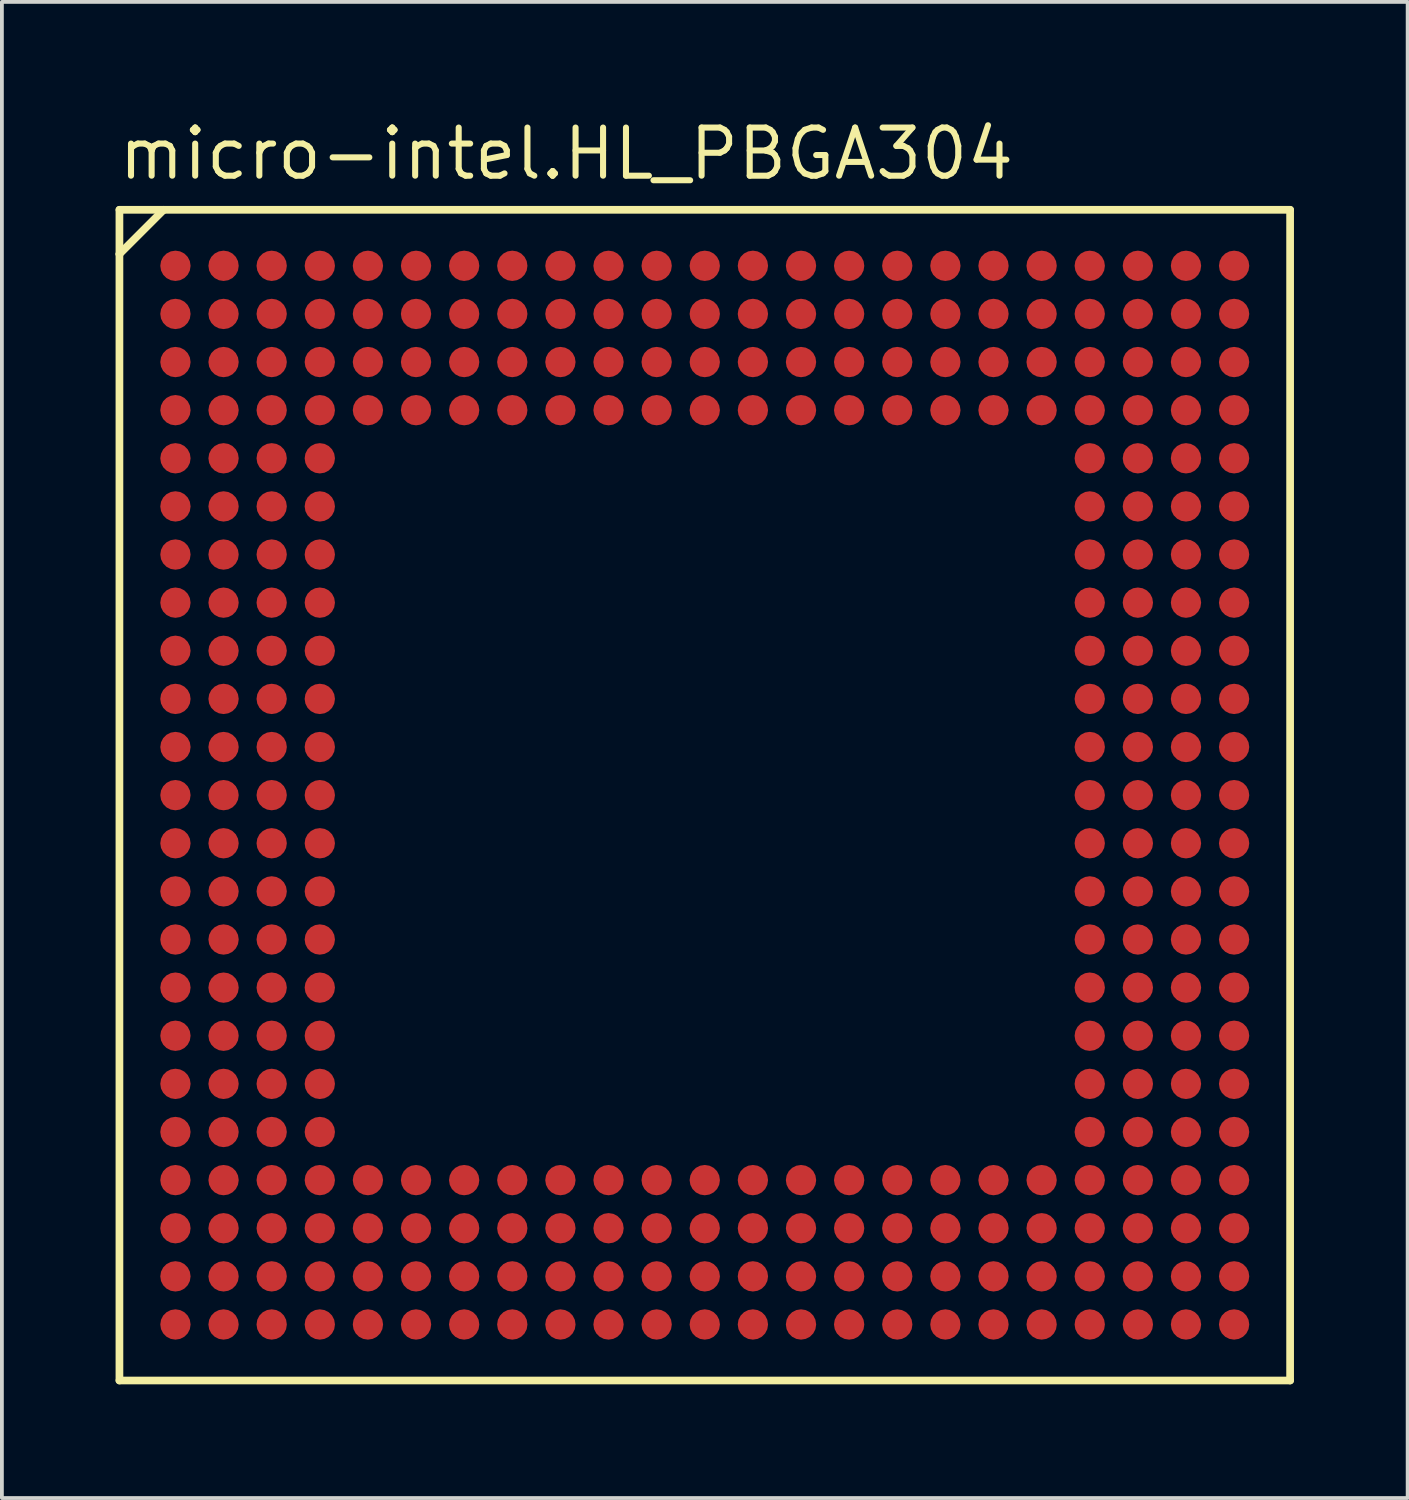
<source format=kicad_pcb>
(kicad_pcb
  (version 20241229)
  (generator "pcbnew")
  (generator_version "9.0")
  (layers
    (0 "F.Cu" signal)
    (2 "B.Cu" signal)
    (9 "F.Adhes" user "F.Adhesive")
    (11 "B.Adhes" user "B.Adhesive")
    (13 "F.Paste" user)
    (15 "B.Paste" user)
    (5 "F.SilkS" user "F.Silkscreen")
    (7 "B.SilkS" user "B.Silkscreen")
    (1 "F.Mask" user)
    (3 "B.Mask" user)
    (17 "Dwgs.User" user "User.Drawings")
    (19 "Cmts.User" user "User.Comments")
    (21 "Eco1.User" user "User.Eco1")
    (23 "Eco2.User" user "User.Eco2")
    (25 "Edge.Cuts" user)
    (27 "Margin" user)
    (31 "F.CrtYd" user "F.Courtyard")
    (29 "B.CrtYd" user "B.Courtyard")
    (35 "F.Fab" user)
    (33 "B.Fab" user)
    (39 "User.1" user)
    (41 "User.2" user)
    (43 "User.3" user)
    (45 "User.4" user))
  (footprint "micro-intel.HL_PBGA304"
    (layer "F.Cu")
    (at 15.55 17.935)
    (property "Reference" "micro-intel.HL_PBGA304" (at -15.55 -16.185 0) (layer "F.SilkS") (effects (font (size 1.27 1.27) (thickness 0.16)) (justify left bottom)))
    (attr smd)
    (fp_circle (center -13.97 -13.97) (end -13.57 -13.97) (stroke (width 0.1) (type default)) (fill no) (layer "F.Mask"))
    (fp_circle (center -13.97 -12.7) (end -13.57 -12.7) (stroke (width 0.1) (type default)) (fill no) (layer "F.Mask"))
    (fp_circle (center -13.97 -11.43) (end -13.57 -11.43) (stroke (width 0.1) (type default)) (fill no) (layer "F.Mask"))
    (fp_circle (center -13.97 -10.16) (end -13.57 -10.16) (stroke (width 0.1) (type default)) (fill no) (layer "F.Mask"))
    (fp_circle (center -13.97 -8.89) (end -13.57 -8.89) (stroke (width 0.1) (type default)) (fill no) (layer "F.Mask"))
    (fp_circle (center -13.97 -7.62) (end -13.57 -7.62) (stroke (width 0.1) (type default)) (fill no) (layer "F.Mask"))
    (fp_circle (center -13.97 -6.35) (end -13.57 -6.35) (stroke (width 0.1) (type default)) (fill no) (layer "F.Mask"))
    (fp_circle (center -13.97 -5.08) (end -13.57 -5.08) (stroke (width 0.1) (type default)) (fill no) (layer "F.Mask"))
    (fp_circle (center -13.97 -3.81) (end -13.57 -3.81) (stroke (width 0.1) (type default)) (fill no) (layer "F.Mask"))
    (fp_circle (center -13.97 -2.54) (end -13.57 -2.54) (stroke (width 0.1) (type default)) (fill no) (layer "F.Mask"))
    (fp_circle (center -13.97 -1.27) (end -13.57 -1.27) (stroke (width 0.1) (type default)) (fill no) (layer "F.Mask"))
    (fp_circle (center -13.97 0) (end -13.57 0) (stroke (width 0.1) (type default)) (fill no) (layer "F.Mask"))
    (fp_circle (center -13.97 1.27) (end -13.57 1.27) (stroke (width 0.1) (type default)) (fill no) (layer "F.Mask"))
    (fp_circle (center -13.97 2.54) (end -13.57 2.54) (stroke (width 0.1) (type default)) (fill no) (layer "F.Mask"))
    (fp_circle (center -13.97 3.81) (end -13.57 3.81) (stroke (width 0.1) (type default)) (fill no) (layer "F.Mask"))
    (fp_circle (center -13.97 5.08) (end -13.57 5.08) (stroke (width 0.1) (type default)) (fill no) (layer "F.Mask"))
    (fp_circle (center -13.97 6.35) (end -13.57 6.35) (stroke (width 0.1) (type default)) (fill no) (layer "F.Mask"))
    (fp_circle (center -13.97 7.62) (end -13.57 7.62) (stroke (width 0.1) (type default)) (fill no) (layer "F.Mask"))
    (fp_circle (center -13.97 8.89) (end -13.57 8.89) (stroke (width 0.1) (type default)) (fill no) (layer "F.Mask"))
    (fp_circle (center -13.97 10.16) (end -13.57 10.16) (stroke (width 0.1) (type default)) (fill no) (layer "F.Mask"))
    (fp_circle (center -13.97 11.43) (end -13.57 11.43) (stroke (width 0.1) (type default)) (fill no) (layer "F.Mask"))
    (fp_circle (center -13.97 12.7) (end -13.57 12.7) (stroke (width 0.1) (type default)) (fill no) (layer "F.Mask"))
    (fp_circle (center -13.97 13.97) (end -13.57 13.97) (stroke (width 0.1) (type default)) (fill no) (layer "F.Mask"))
    (fp_circle (center -12.7 -13.97) (end -12.3 -13.97) (stroke (width 0.1) (type default)) (fill no) (layer "F.Mask"))
    (fp_circle (center -12.7 -12.7) (end -12.3 -12.7) (stroke (width 0.1) (type default)) (fill no) (layer "F.Mask"))
    (fp_circle (center -12.7 -11.43) (end -12.3 -11.43) (stroke (width 0.1) (type default)) (fill no) (layer "F.Mask"))
    (fp_circle (center -12.7 -10.16) (end -12.3 -10.16) (stroke (width 0.1) (type default)) (fill no) (layer "F.Mask"))
    (fp_circle (center -12.7 -8.89) (end -12.3 -8.89) (stroke (width 0.1) (type default)) (fill no) (layer "F.Mask"))
    (fp_circle (center -12.7 -7.62) (end -12.3 -7.62) (stroke (width 0.1) (type default)) (fill no) (layer "F.Mask"))
    (fp_circle (center -12.7 -6.35) (end -12.3 -6.35) (stroke (width 0.1) (type default)) (fill no) (layer "F.Mask"))
    (fp_circle (center -12.7 -5.08) (end -12.3 -5.08) (stroke (width 0.1) (type default)) (fill no) (layer "F.Mask"))
    (fp_circle (center -12.7 -3.81) (end -12.3 -3.81) (stroke (width 0.1) (type default)) (fill no) (layer "F.Mask"))
    (fp_circle (center -12.7 -2.54) (end -12.3 -2.54) (stroke (width 0.1) (type default)) (fill no) (layer "F.Mask"))
    (fp_circle (center -12.7 -1.27) (end -12.3 -1.27) (stroke (width 0.1) (type default)) (fill no) (layer "F.Mask"))
    (fp_circle (center -12.7 0) (end -12.3 0) (stroke (width 0.1) (type default)) (fill no) (layer "F.Mask"))
    (fp_circle (center -12.7 1.27) (end -12.3 1.27) (stroke (width 0.1) (type default)) (fill no) (layer "F.Mask"))
    (fp_circle (center -12.7 2.54) (end -12.3 2.54) (stroke (width 0.1) (type default)) (fill no) (layer "F.Mask"))
    (fp_circle (center -12.7 3.81) (end -12.3 3.81) (stroke (width 0.1) (type default)) (fill no) (layer "F.Mask"))
    (fp_circle (center -12.7 5.08) (end -12.3 5.08) (stroke (width 0.1) (type default)) (fill no) (layer "F.Mask"))
    (fp_circle (center -12.7 6.35) (end -12.3 6.35) (stroke (width 0.1) (type default)) (fill no) (layer "F.Mask"))
    (fp_circle (center -12.7 7.62) (end -12.3 7.62) (stroke (width 0.1) (type default)) (fill no) (layer "F.Mask"))
    (fp_circle (center -12.7 8.89) (end -12.3 8.89) (stroke (width 0.1) (type default)) (fill no) (layer "F.Mask"))
    (fp_circle (center -12.7 10.16) (end -12.3 10.16) (stroke (width 0.1) (type default)) (fill no) (layer "F.Mask"))
    (fp_circle (center -12.7 11.43) (end -12.3 11.43) (stroke (width 0.1) (type default)) (fill no) (layer "F.Mask"))
    (fp_circle (center -12.7 12.7) (end -12.3 12.7) (stroke (width 0.1) (type default)) (fill no) (layer "F.Mask"))
    (fp_circle (center -12.7 13.97) (end -12.3 13.97) (stroke (width 0.1) (type default)) (fill no) (layer "F.Mask"))
    (fp_circle (center -11.43 -13.97) (end -11.03 -13.97) (stroke (width 0.1) (type default)) (fill no) (layer "F.Mask"))
    (fp_circle (center -11.43 -12.7) (end -11.03 -12.7) (stroke (width 0.1) (type default)) (fill no) (layer "F.Mask"))
    (fp_circle (center -11.43 -11.43) (end -11.03 -11.43) (stroke (width 0.1) (type default)) (fill no) (layer "F.Mask"))
    (fp_circle (center -11.43 -10.16) (end -11.03 -10.16) (stroke (width 0.1) (type default)) (fill no) (layer "F.Mask"))
    (fp_circle (center -11.43 -8.89) (end -11.03 -8.89) (stroke (width 0.1) (type default)) (fill no) (layer "F.Mask"))
    (fp_circle (center -11.43 -7.62) (end -11.03 -7.62) (stroke (width 0.1) (type default)) (fill no) (layer "F.Mask"))
    (fp_circle (center -11.43 -6.35) (end -11.03 -6.35) (stroke (width 0.1) (type default)) (fill no) (layer "F.Mask"))
    (fp_circle (center -11.43 -5.08) (end -11.03 -5.08) (stroke (width 0.1) (type default)) (fill no) (layer "F.Mask"))
    (fp_circle (center -11.43 -3.81) (end -11.03 -3.81) (stroke (width 0.1) (type default)) (fill no) (layer "F.Mask"))
    (fp_circle (center -11.43 -2.54) (end -11.03 -2.54) (stroke (width 0.1) (type default)) (fill no) (layer "F.Mask"))
    (fp_circle (center -11.43 -1.27) (end -11.03 -1.27) (stroke (width 0.1) (type default)) (fill no) (layer "F.Mask"))
    (fp_circle (center -11.43 0) (end -11.03 0) (stroke (width 0.1) (type default)) (fill no) (layer "F.Mask"))
    (fp_circle (center -11.43 1.27) (end -11.03 1.27) (stroke (width 0.1) (type default)) (fill no) (layer "F.Mask"))
    (fp_circle (center -11.43 2.54) (end -11.03 2.54) (stroke (width 0.1) (type default)) (fill no) (layer "F.Mask"))
    (fp_circle (center -11.43 3.81) (end -11.03 3.81) (stroke (width 0.1) (type default)) (fill no) (layer "F.Mask"))
    (fp_circle (center -11.43 5.08) (end -11.03 5.08) (stroke (width 0.1) (type default)) (fill no) (layer "F.Mask"))
    (fp_circle (center -11.43 6.35) (end -11.03 6.35) (stroke (width 0.1) (type default)) (fill no) (layer "F.Mask"))
    (fp_circle (center -11.43 7.62) (end -11.03 7.62) (stroke (width 0.1) (type default)) (fill no) (layer "F.Mask"))
    (fp_circle (center -11.43 8.89) (end -11.03 8.89) (stroke (width 0.1) (type default)) (fill no) (layer "F.Mask"))
    (fp_circle (center -11.43 10.16) (end -11.03 10.16) (stroke (width 0.1) (type default)) (fill no) (layer "F.Mask"))
    (fp_circle (center -11.43 11.43) (end -11.03 11.43) (stroke (width 0.1) (type default)) (fill no) (layer "F.Mask"))
    (fp_circle (center -11.43 12.7) (end -11.03 12.7) (stroke (width 0.1) (type default)) (fill no) (layer "F.Mask"))
    (fp_circle (center -11.43 13.97) (end -11.03 13.97) (stroke (width 0.1) (type default)) (fill no) (layer "F.Mask"))
    (fp_circle (center -10.16 -13.97) (end -9.76 -13.97) (stroke (width 0.1) (type default)) (fill no) (layer "F.Mask"))
    (fp_circle (center -10.16 -12.7) (end -9.76 -12.7) (stroke (width 0.1) (type default)) (fill no) (layer "F.Mask"))
    (fp_circle (center -10.16 -11.43) (end -9.76 -11.43) (stroke (width 0.1) (type default)) (fill no) (layer "F.Mask"))
    (fp_circle (center -10.16 -10.16) (end -9.76 -10.16) (stroke (width 0.1) (type default)) (fill no) (layer "F.Mask"))
    (fp_circle (center -10.16 -8.89) (end -9.76 -8.89) (stroke (width 0.1) (type default)) (fill no) (layer "F.Mask"))
    (fp_circle (center -10.16 -7.62) (end -9.76 -7.62) (stroke (width 0.1) (type default)) (fill no) (layer "F.Mask"))
    (fp_circle (center -10.16 -6.35) (end -9.76 -6.35) (stroke (width 0.1) (type default)) (fill no) (layer "F.Mask"))
    (fp_circle (center -10.16 -5.08) (end -9.76 -5.08) (stroke (width 0.1) (type default)) (fill no) (layer "F.Mask"))
    (fp_circle (center -10.16 -3.81) (end -9.76 -3.81) (stroke (width 0.1) (type default)) (fill no) (layer "F.Mask"))
    (fp_circle (center -10.16 -2.54) (end -9.76 -2.54) (stroke (width 0.1) (type default)) (fill no) (layer "F.Mask"))
    (fp_circle (center -10.16 -1.27) (end -9.76 -1.27) (stroke (width 0.1) (type default)) (fill no) (layer "F.Mask"))
    (fp_circle (center -10.16 0) (end -9.76 0) (stroke (width 0.1) (type default)) (fill no) (layer "F.Mask"))
    (fp_circle (center -10.16 1.27) (end -9.76 1.27) (stroke (width 0.1) (type default)) (fill no) (layer "F.Mask"))
    (fp_circle (center -10.16 2.54) (end -9.76 2.54) (stroke (width 0.1) (type default)) (fill no) (layer "F.Mask"))
    (fp_circle (center -10.16 3.81) (end -9.76 3.81) (stroke (width 0.1) (type default)) (fill no) (layer "F.Mask"))
    (fp_circle (center -10.16 5.08) (end -9.76 5.08) (stroke (width 0.1) (type default)) (fill no) (layer "F.Mask"))
    (fp_circle (center -10.16 6.35) (end -9.76 6.35) (stroke (width 0.1) (type default)) (fill no) (layer "F.Mask"))
    (fp_circle (center -10.16 7.62) (end -9.76 7.62) (stroke (width 0.1) (type default)) (fill no) (layer "F.Mask"))
    (fp_circle (center -10.16 8.89) (end -9.76 8.89) (stroke (width 0.1) (type default)) (fill no) (layer "F.Mask"))
    (fp_circle (center -10.16 10.16) (end -9.76 10.16) (stroke (width 0.1) (type default)) (fill no) (layer "F.Mask"))
    (fp_circle (center -10.16 11.43) (end -9.76 11.43) (stroke (width 0.1) (type default)) (fill no) (layer "F.Mask"))
    (fp_circle (center -10.16 12.7) (end -9.76 12.7) (stroke (width 0.1) (type default)) (fill no) (layer "F.Mask"))
    (fp_circle (center -10.16 13.97) (end -9.76 13.97) (stroke (width 0.1) (type default)) (fill no) (layer "F.Mask"))
    (fp_circle (center -8.89 -13.97) (end -8.49 -13.97) (stroke (width 0.1) (type default)) (fill no) (layer "F.Mask"))
    (fp_circle (center -8.89 -12.7) (end -8.49 -12.7) (stroke (width 0.1) (type default)) (fill no) (layer "F.Mask"))
    (fp_circle (center -8.89 -11.43) (end -8.49 -11.43) (stroke (width 0.1) (type default)) (fill no) (layer "F.Mask"))
    (fp_circle (center -8.89 -10.16) (end -8.49 -10.16) (stroke (width 0.1) (type default)) (fill no) (layer "F.Mask"))
    (fp_circle (center -8.89 10.16) (end -8.49 10.16) (stroke (width 0.1) (type default)) (fill no) (layer "F.Mask"))
    (fp_circle (center -8.89 11.43) (end -8.49 11.43) (stroke (width 0.1) (type default)) (fill no) (layer "F.Mask"))
    (fp_circle (center -8.89 12.7) (end -8.49 12.7) (stroke (width 0.1) (type default)) (fill no) (layer "F.Mask"))
    (fp_circle (center -8.89 13.97) (end -8.49 13.97) (stroke (width 0.1) (type default)) (fill no) (layer "F.Mask"))
    (fp_circle (center -7.62 -13.97) (end -7.22 -13.97) (stroke (width 0.1) (type default)) (fill no) (layer "F.Mask"))
    (fp_circle (center -7.62 -12.7) (end -7.22 -12.7) (stroke (width 0.1) (type default)) (fill no) (layer "F.Mask"))
    (fp_circle (center -7.62 -11.43) (end -7.22 -11.43) (stroke (width 0.1) (type default)) (fill no) (layer "F.Mask"))
    (fp_circle (center -7.62 -10.16) (end -7.22 -10.16) (stroke (width 0.1) (type default)) (fill no) (layer "F.Mask"))
    (fp_circle (center -7.62 10.16) (end -7.22 10.16) (stroke (width 0.1) (type default)) (fill no) (layer "F.Mask"))
    (fp_circle (center -7.62 11.43) (end -7.22 11.43) (stroke (width 0.1) (type default)) (fill no) (layer "F.Mask"))
    (fp_circle (center -7.62 12.7) (end -7.22 12.7) (stroke (width 0.1) (type default)) (fill no) (layer "F.Mask"))
    (fp_circle (center -7.62 13.97) (end -7.22 13.97) (stroke (width 0.1) (type default)) (fill no) (layer "F.Mask"))
    (fp_circle (center -6.35 -13.97) (end -5.95 -13.97) (stroke (width 0.1) (type default)) (fill no) (layer "F.Mask"))
    (fp_circle (center -6.35 -12.7) (end -5.95 -12.7) (stroke (width 0.1) (type default)) (fill no) (layer "F.Mask"))
    (fp_circle (center -6.35 -11.43) (end -5.95 -11.43) (stroke (width 0.1) (type default)) (fill no) (layer "F.Mask"))
    (fp_circle (center -6.35 -10.16) (end -5.95 -10.16) (stroke (width 0.1) (type default)) (fill no) (layer "F.Mask"))
    (fp_circle (center -6.35 10.16) (end -5.95 10.16) (stroke (width 0.1) (type default)) (fill no) (layer "F.Mask"))
    (fp_circle (center -6.35 11.43) (end -5.95 11.43) (stroke (width 0.1) (type default)) (fill no) (layer "F.Mask"))
    (fp_circle (center -6.35 12.7) (end -5.95 12.7) (stroke (width 0.1) (type default)) (fill no) (layer "F.Mask"))
    (fp_circle (center -6.35 13.97) (end -5.95 13.97) (stroke (width 0.1) (type default)) (fill no) (layer "F.Mask"))
    (fp_circle (center -5.08 -13.97) (end -4.68 -13.97) (stroke (width 0.1) (type default)) (fill no) (layer "F.Mask"))
    (fp_circle (center -5.08 -12.7) (end -4.68 -12.7) (stroke (width 0.1) (type default)) (fill no) (layer "F.Mask"))
    (fp_circle (center -5.08 -11.43) (end -4.68 -11.43) (stroke (width 0.1) (type default)) (fill no) (layer "F.Mask"))
    (fp_circle (center -5.08 -10.16) (end -4.68 -10.16) (stroke (width 0.1) (type default)) (fill no) (layer "F.Mask"))
    (fp_circle (center -5.08 10.16) (end -4.68 10.16) (stroke (width 0.1) (type default)) (fill no) (layer "F.Mask"))
    (fp_circle (center -5.08 11.43) (end -4.68 11.43) (stroke (width 0.1) (type default)) (fill no) (layer "F.Mask"))
    (fp_circle (center -5.08 12.7) (end -4.68 12.7) (stroke (width 0.1) (type default)) (fill no) (layer "F.Mask"))
    (fp_circle (center -5.08 13.97) (end -4.68 13.97) (stroke (width 0.1) (type default)) (fill no) (layer "F.Mask"))
    (fp_circle (center -3.81 -13.97) (end -3.41 -13.97) (stroke (width 0.1) (type default)) (fill no) (layer "F.Mask"))
    (fp_circle (center -3.81 -12.7) (end -3.41 -12.7) (stroke (width 0.1) (type default)) (fill no) (layer "F.Mask"))
    (fp_circle (center -3.81 -11.43) (end -3.41 -11.43) (stroke (width 0.1) (type default)) (fill no) (layer "F.Mask"))
    (fp_circle (center -3.81 -10.16) (end -3.41 -10.16) (stroke (width 0.1) (type default)) (fill no) (layer "F.Mask"))
    (fp_circle (center -3.81 10.16) (end -3.41 10.16) (stroke (width 0.1) (type default)) (fill no) (layer "F.Mask"))
    (fp_circle (center -3.81 11.43) (end -3.41 11.43) (stroke (width 0.1) (type default)) (fill no) (layer "F.Mask"))
    (fp_circle (center -3.81 12.7) (end -3.41 12.7) (stroke (width 0.1) (type default)) (fill no) (layer "F.Mask"))
    (fp_circle (center -3.81 13.97) (end -3.41 13.97) (stroke (width 0.1) (type default)) (fill no) (layer "F.Mask"))
    (fp_circle (center -2.54 -13.97) (end -2.14 -13.97) (stroke (width 0.1) (type default)) (fill no) (layer "F.Mask"))
    (fp_circle (center -2.54 -12.7) (end -2.14 -12.7) (stroke (width 0.1) (type default)) (fill no) (layer "F.Mask"))
    (fp_circle (center -2.54 -11.43) (end -2.14 -11.43) (stroke (width 0.1) (type default)) (fill no) (layer "F.Mask"))
    (fp_circle (center -2.54 -10.16) (end -2.14 -10.16) (stroke (width 0.1) (type default)) (fill no) (layer "F.Mask"))
    (fp_circle (center -2.54 10.16) (end -2.14 10.16) (stroke (width 0.1) (type default)) (fill no) (layer "F.Mask"))
    (fp_circle (center -2.54 11.43) (end -2.14 11.43) (stroke (width 0.1) (type default)) (fill no) (layer "F.Mask"))
    (fp_circle (center -2.54 12.7) (end -2.14 12.7) (stroke (width 0.1) (type default)) (fill no) (layer "F.Mask"))
    (fp_circle (center -2.54 13.97) (end -2.14 13.97) (stroke (width 0.1) (type default)) (fill no) (layer "F.Mask"))
    (fp_circle (center -1.27 -13.97) (end -0.87 -13.97) (stroke (width 0.1) (type default)) (fill no) (layer "F.Mask"))
    (fp_circle (center -1.27 -12.7) (end -0.87 -12.7) (stroke (width 0.1) (type default)) (fill no) (layer "F.Mask"))
    (fp_circle (center -1.27 -11.43) (end -0.87 -11.43) (stroke (width 0.1) (type default)) (fill no) (layer "F.Mask"))
    (fp_circle (center -1.27 -10.16) (end -0.87 -10.16) (stroke (width 0.1) (type default)) (fill no) (layer "F.Mask"))
    (fp_circle (center -1.27 10.16) (end -0.87 10.16) (stroke (width 0.1) (type default)) (fill no) (layer "F.Mask"))
    (fp_circle (center -1.27 11.43) (end -0.87 11.43) (stroke (width 0.1) (type default)) (fill no) (layer "F.Mask"))
    (fp_circle (center -1.27 12.7) (end -0.87 12.7) (stroke (width 0.1) (type default)) (fill no) (layer "F.Mask"))
    (fp_circle (center -1.27 13.97) (end -0.87 13.97) (stroke (width 0.1) (type default)) (fill no) (layer "F.Mask"))
    (fp_circle (center 0 -13.97) (end 0.4 -13.97) (stroke (width 0.1) (type default)) (fill no) (layer "F.Mask"))
    (fp_circle (center 0 -12.7) (end 0.4 -12.7) (stroke (width 0.1) (type default)) (fill no) (layer "F.Mask"))
    (fp_circle (center 0 -11.43) (end 0.4 -11.43) (stroke (width 0.1) (type default)) (fill no) (layer "F.Mask"))
    (fp_circle (center 0 -10.16) (end 0.4 -10.16) (stroke (width 0.1) (type default)) (fill no) (layer "F.Mask"))
    (fp_circle (center 0 10.16) (end 0.4 10.16) (stroke (width 0.1) (type default)) (fill no) (layer "F.Mask"))
    (fp_circle (center 0 11.43) (end 0.4 11.43) (stroke (width 0.1) (type default)) (fill no) (layer "F.Mask"))
    (fp_circle (center 0 12.7) (end 0.4 12.7) (stroke (width 0.1) (type default)) (fill no) (layer "F.Mask"))
    (fp_circle (center 0 13.97) (end 0.4 13.97) (stroke (width 0.1) (type default)) (fill no) (layer "F.Mask"))
    (fp_circle (center 1.27 -13.97) (end 1.67 -13.97) (stroke (width 0.1) (type default)) (fill no) (layer "F.Mask"))
    (fp_circle (center 1.27 -12.7) (end 1.67 -12.7) (stroke (width 0.1) (type default)) (fill no) (layer "F.Mask"))
    (fp_circle (center 1.27 -11.43) (end 1.67 -11.43) (stroke (width 0.1) (type default)) (fill no) (layer "F.Mask"))
    (fp_circle (center 1.27 -10.16) (end 1.67 -10.16) (stroke (width 0.1) (type default)) (fill no) (layer "F.Mask"))
    (fp_circle (center 1.27 10.16) (end 1.67 10.16) (stroke (width 0.1) (type default)) (fill no) (layer "F.Mask"))
    (fp_circle (center 1.27 11.43) (end 1.67 11.43) (stroke (width 0.1) (type default)) (fill no) (layer "F.Mask"))
    (fp_circle (center 1.27 12.7) (end 1.67 12.7) (stroke (width 0.1) (type default)) (fill no) (layer "F.Mask"))
    (fp_circle (center 1.27 13.97) (end 1.67 13.97) (stroke (width 0.1) (type default)) (fill no) (layer "F.Mask"))
    (fp_circle (center 2.54 -13.97) (end 2.94 -13.97) (stroke (width 0.1) (type default)) (fill no) (layer "F.Mask"))
    (fp_circle (center 2.54 -12.7) (end 2.94 -12.7) (stroke (width 0.1) (type default)) (fill no) (layer "F.Mask"))
    (fp_circle (center 2.54 -11.43) (end 2.94 -11.43) (stroke (width 0.1) (type default)) (fill no) (layer "F.Mask"))
    (fp_circle (center 2.54 -10.16) (end 2.94 -10.16) (stroke (width 0.1) (type default)) (fill no) (layer "F.Mask"))
    (fp_circle (center 2.54 10.16) (end 2.94 10.16) (stroke (width 0.1) (type default)) (fill no) (layer "F.Mask"))
    (fp_circle (center 2.54 11.43) (end 2.94 11.43) (stroke (width 0.1) (type default)) (fill no) (layer "F.Mask"))
    (fp_circle (center 2.54 12.7) (end 2.94 12.7) (stroke (width 0.1) (type default)) (fill no) (layer "F.Mask"))
    (fp_circle (center 2.54 13.97) (end 2.94 13.97) (stroke (width 0.1) (type default)) (fill no) (layer "F.Mask"))
    (fp_circle (center 3.81 -13.97) (end 4.21 -13.97) (stroke (width 0.1) (type default)) (fill no) (layer "F.Mask"))
    (fp_circle (center 3.81 -12.7) (end 4.21 -12.7) (stroke (width 0.1) (type default)) (fill no) (layer "F.Mask"))
    (fp_circle (center 3.81 -11.43) (end 4.21 -11.43) (stroke (width 0.1) (type default)) (fill no) (layer "F.Mask"))
    (fp_circle (center 3.81 -10.16) (end 4.21 -10.16) (stroke (width 0.1) (type default)) (fill no) (layer "F.Mask"))
    (fp_circle (center 3.81 10.16) (end 4.21 10.16) (stroke (width 0.1) (type default)) (fill no) (layer "F.Mask"))
    (fp_circle (center 3.81 11.43) (end 4.21 11.43) (stroke (width 0.1) (type default)) (fill no) (layer "F.Mask"))
    (fp_circle (center 3.81 12.7) (end 4.21 12.7) (stroke (width 0.1) (type default)) (fill no) (layer "F.Mask"))
    (fp_circle (center 3.81 13.97) (end 4.21 13.97) (stroke (width 0.1) (type default)) (fill no) (layer "F.Mask"))
    (fp_circle (center 5.08 -13.97) (end 5.48 -13.97) (stroke (width 0.1) (type default)) (fill no) (layer "F.Mask"))
    (fp_circle (center 5.08 -12.7) (end 5.48 -12.7) (stroke (width 0.1) (type default)) (fill no) (layer "F.Mask"))
    (fp_circle (center 5.08 -11.43) (end 5.48 -11.43) (stroke (width 0.1) (type default)) (fill no) (layer "F.Mask"))
    (fp_circle (center 5.08 -10.16) (end 5.48 -10.16) (stroke (width 0.1) (type default)) (fill no) (layer "F.Mask"))
    (fp_circle (center 5.08 10.16) (end 5.48 10.16) (stroke (width 0.1) (type default)) (fill no) (layer "F.Mask"))
    (fp_circle (center 5.08 11.43) (end 5.48 11.43) (stroke (width 0.1) (type default)) (fill no) (layer "F.Mask"))
    (fp_circle (center 5.08 12.7) (end 5.48 12.7) (stroke (width 0.1) (type default)) (fill no) (layer "F.Mask"))
    (fp_circle (center 5.08 13.97) (end 5.48 13.97) (stroke (width 0.1) (type default)) (fill no) (layer "F.Mask"))
    (fp_circle (center 6.35 -13.97) (end 6.75 -13.97) (stroke (width 0.1) (type default)) (fill no) (layer "F.Mask"))
    (fp_circle (center 6.35 -12.7) (end 6.75 -12.7) (stroke (width 0.1) (type default)) (fill no) (layer "F.Mask"))
    (fp_circle (center 6.35 -11.43) (end 6.75 -11.43) (stroke (width 0.1) (type default)) (fill no) (layer "F.Mask"))
    (fp_circle (center 6.35 -10.16) (end 6.75 -10.16) (stroke (width 0.1) (type default)) (fill no) (layer "F.Mask"))
    (fp_circle (center 6.35 10.16) (end 6.75 10.16) (stroke (width 0.1) (type default)) (fill no) (layer "F.Mask"))
    (fp_circle (center 6.35 11.43) (end 6.75 11.43) (stroke (width 0.1) (type default)) (fill no) (layer "F.Mask"))
    (fp_circle (center 6.35 12.7) (end 6.75 12.7) (stroke (width 0.1) (type default)) (fill no) (layer "F.Mask"))
    (fp_circle (center 6.35 13.97) (end 6.75 13.97) (stroke (width 0.1) (type default)) (fill no) (layer "F.Mask"))
    (fp_circle (center 7.62 -13.97) (end 8.02 -13.97) (stroke (width 0.1) (type default)) (fill no) (layer "F.Mask"))
    (fp_circle (center 7.62 -12.7) (end 8.02 -12.7) (stroke (width 0.1) (type default)) (fill no) (layer "F.Mask"))
    (fp_circle (center 7.62 -11.43) (end 8.02 -11.43) (stroke (width 0.1) (type default)) (fill no) (layer "F.Mask"))
    (fp_circle (center 7.62 -10.16) (end 8.02 -10.16) (stroke (width 0.1) (type default)) (fill no) (layer "F.Mask"))
    (fp_circle (center 7.62 10.16) (end 8.02 10.16) (stroke (width 0.1) (type default)) (fill no) (layer "F.Mask"))
    (fp_circle (center 7.62 11.43) (end 8.02 11.43) (stroke (width 0.1) (type default)) (fill no) (layer "F.Mask"))
    (fp_circle (center 7.62 12.7) (end 8.02 12.7) (stroke (width 0.1) (type default)) (fill no) (layer "F.Mask"))
    (fp_circle (center 7.62 13.97) (end 8.02 13.97) (stroke (width 0.1) (type default)) (fill no) (layer "F.Mask"))
    (fp_circle (center 8.89 -13.97) (end 9.29 -13.97) (stroke (width 0.1) (type default)) (fill no) (layer "F.Mask"))
    (fp_circle (center 8.89 -12.7) (end 9.29 -12.7) (stroke (width 0.1) (type default)) (fill no) (layer "F.Mask"))
    (fp_circle (center 8.89 -11.43) (end 9.29 -11.43) (stroke (width 0.1) (type default)) (fill no) (layer "F.Mask"))
    (fp_circle (center 8.89 -10.16) (end 9.29 -10.16) (stroke (width 0.1) (type default)) (fill no) (layer "F.Mask"))
    (fp_circle (center 8.89 10.16) (end 9.29 10.16) (stroke (width 0.1) (type default)) (fill no) (layer "F.Mask"))
    (fp_circle (center 8.89 11.43) (end 9.29 11.43) (stroke (width 0.1) (type default)) (fill no) (layer "F.Mask"))
    (fp_circle (center 8.89 12.7) (end 9.29 12.7) (stroke (width 0.1) (type default)) (fill no) (layer "F.Mask"))
    (fp_circle (center 8.89 13.97) (end 9.29 13.97) (stroke (width 0.1) (type default)) (fill no) (layer "F.Mask"))
    (fp_circle (center 10.16 -13.97) (end 10.56 -13.97) (stroke (width 0.1) (type default)) (fill no) (layer "F.Mask"))
    (fp_circle (center 10.16 -12.7) (end 10.56 -12.7) (stroke (width 0.1) (type default)) (fill no) (layer "F.Mask"))
    (fp_circle (center 10.16 -11.43) (end 10.56 -11.43) (stroke (width 0.1) (type default)) (fill no) (layer "F.Mask"))
    (fp_circle (center 10.16 -10.16) (end 10.56 -10.16) (stroke (width 0.1) (type default)) (fill no) (layer "F.Mask"))
    (fp_circle (center 10.16 -8.89) (end 10.56 -8.89) (stroke (width 0.1) (type default)) (fill no) (layer "F.Mask"))
    (fp_circle (center 10.16 -7.62) (end 10.56 -7.62) (stroke (width 0.1) (type default)) (fill no) (layer "F.Mask"))
    (fp_circle (center 10.16 -6.35) (end 10.56 -6.35) (stroke (width 0.1) (type default)) (fill no) (layer "F.Mask"))
    (fp_circle (center 10.16 -5.08) (end 10.56 -5.08) (stroke (width 0.1) (type default)) (fill no) (layer "F.Mask"))
    (fp_circle (center 10.16 -3.81) (end 10.56 -3.81) (stroke (width 0.1) (type default)) (fill no) (layer "F.Mask"))
    (fp_circle (center 10.16 -2.54) (end 10.56 -2.54) (stroke (width 0.1) (type default)) (fill no) (layer "F.Mask"))
    (fp_circle (center 10.16 -1.27) (end 10.56 -1.27) (stroke (width 0.1) (type default)) (fill no) (layer "F.Mask"))
    (fp_circle (center 10.16 0) (end 10.56 0) (stroke (width 0.1) (type default)) (fill no) (layer "F.Mask"))
    (fp_circle (center 10.16 1.27) (end 10.56 1.27) (stroke (width 0.1) (type default)) (fill no) (layer "F.Mask"))
    (fp_circle (center 10.16 2.54) (end 10.56 2.54) (stroke (width 0.1) (type default)) (fill no) (layer "F.Mask"))
    (fp_circle (center 10.16 3.81) (end 10.56 3.81) (stroke (width 0.1) (type default)) (fill no) (layer "F.Mask"))
    (fp_circle (center 10.16 5.08) (end 10.56 5.08) (stroke (width 0.1) (type default)) (fill no) (layer "F.Mask"))
    (fp_circle (center 10.16 6.35) (end 10.56 6.35) (stroke (width 0.1) (type default)) (fill no) (layer "F.Mask"))
    (fp_circle (center 10.16 7.62) (end 10.56 7.62) (stroke (width 0.1) (type default)) (fill no) (layer "F.Mask"))
    (fp_circle (center 10.16 8.89) (end 10.56 8.89) (stroke (width 0.1) (type default)) (fill no) (layer "F.Mask"))
    (fp_circle (center 10.16 10.16) (end 10.56 10.16) (stroke (width 0.1) (type default)) (fill no) (layer "F.Mask"))
    (fp_circle (center 10.16 11.43) (end 10.56 11.43) (stroke (width 0.1) (type default)) (fill no) (layer "F.Mask"))
    (fp_circle (center 10.16 12.7) (end 10.56 12.7) (stroke (width 0.1) (type default)) (fill no) (layer "F.Mask"))
    (fp_circle (center 10.16 13.97) (end 10.56 13.97) (stroke (width 0.1) (type default)) (fill no) (layer "F.Mask"))
    (fp_circle (center 11.43 -13.97) (end 11.83 -13.97) (stroke (width 0.1) (type default)) (fill no) (layer "F.Mask"))
    (fp_circle (center 11.43 -12.7) (end 11.83 -12.7) (stroke (width 0.1) (type default)) (fill no) (layer "F.Mask"))
    (fp_circle (center 11.43 -11.43) (end 11.83 -11.43) (stroke (width 0.1) (type default)) (fill no) (layer "F.Mask"))
    (fp_circle (center 11.43 -10.16) (end 11.83 -10.16) (stroke (width 0.1) (type default)) (fill no) (layer "F.Mask"))
    (fp_circle (center 11.43 -8.89) (end 11.83 -8.89) (stroke (width 0.1) (type default)) (fill no) (layer "F.Mask"))
    (fp_circle (center 11.43 -7.62) (end 11.83 -7.62) (stroke (width 0.1) (type default)) (fill no) (layer "F.Mask"))
    (fp_circle (center 11.43 -6.35) (end 11.83 -6.35) (stroke (width 0.1) (type default)) (fill no) (layer "F.Mask"))
    (fp_circle (center 11.43 -5.08) (end 11.83 -5.08) (stroke (width 0.1) (type default)) (fill no) (layer "F.Mask"))
    (fp_circle (center 11.43 -3.81) (end 11.83 -3.81) (stroke (width 0.1) (type default)) (fill no) (layer "F.Mask"))
    (fp_circle (center 11.43 -2.54) (end 11.83 -2.54) (stroke (width 0.1) (type default)) (fill no) (layer "F.Mask"))
    (fp_circle (center 11.43 -1.27) (end 11.83 -1.27) (stroke (width 0.1) (type default)) (fill no) (layer "F.Mask"))
    (fp_circle (center 11.43 0) (end 11.83 0) (stroke (width 0.1) (type default)) (fill no) (layer "F.Mask"))
    (fp_circle (center 11.43 1.27) (end 11.83 1.27) (stroke (width 0.1) (type default)) (fill no) (layer "F.Mask"))
    (fp_circle (center 11.43 2.54) (end 11.83 2.54) (stroke (width 0.1) (type default)) (fill no) (layer "F.Mask"))
    (fp_circle (center 11.43 3.81) (end 11.83 3.81) (stroke (width 0.1) (type default)) (fill no) (layer "F.Mask"))
    (fp_circle (center 11.43 5.08) (end 11.83 5.08) (stroke (width 0.1) (type default)) (fill no) (layer "F.Mask"))
    (fp_circle (center 11.43 6.35) (end 11.83 6.35) (stroke (width 0.1) (type default)) (fill no) (layer "F.Mask"))
    (fp_circle (center 11.43 7.62) (end 11.83 7.62) (stroke (width 0.1) (type default)) (fill no) (layer "F.Mask"))
    (fp_circle (center 11.43 8.89) (end 11.83 8.89) (stroke (width 0.1) (type default)) (fill no) (layer "F.Mask"))
    (fp_circle (center 11.43 10.16) (end 11.83 10.16) (stroke (width 0.1) (type default)) (fill no) (layer "F.Mask"))
    (fp_circle (center 11.43 11.43) (end 11.83 11.43) (stroke (width 0.1) (type default)) (fill no) (layer "F.Mask"))
    (fp_circle (center 11.43 12.7) (end 11.83 12.7) (stroke (width 0.1) (type default)) (fill no) (layer "F.Mask"))
    (fp_circle (center 11.43 13.97) (end 11.83 13.97) (stroke (width 0.1) (type default)) (fill no) (layer "F.Mask"))
    (fp_circle (center 12.7 -13.97) (end 13.1 -13.97) (stroke (width 0.1) (type default)) (fill no) (layer "F.Mask"))
    (fp_circle (center 12.7 -12.7) (end 13.1 -12.7) (stroke (width 0.1) (type default)) (fill no) (layer "F.Mask"))
    (fp_circle (center 12.7 -11.43) (end 13.1 -11.43) (stroke (width 0.1) (type default)) (fill no) (layer "F.Mask"))
    (fp_circle (center 12.7 -10.16) (end 13.1 -10.16) (stroke (width 0.1) (type default)) (fill no) (layer "F.Mask"))
    (fp_circle (center 12.7 -8.89) (end 13.1 -8.89) (stroke (width 0.1) (type default)) (fill no) (layer "F.Mask"))
    (fp_circle (center 12.7 -7.62) (end 13.1 -7.62) (stroke (width 0.1) (type default)) (fill no) (layer "F.Mask"))
    (fp_circle (center 12.7 -6.35) (end 13.1 -6.35) (stroke (width 0.1) (type default)) (fill no) (layer "F.Mask"))
    (fp_circle (center 12.7 -5.08) (end 13.1 -5.08) (stroke (width 0.1) (type default)) (fill no) (layer "F.Mask"))
    (fp_circle (center 12.7 -3.81) (end 13.1 -3.81) (stroke (width 0.1) (type default)) (fill no) (layer "F.Mask"))
    (fp_circle (center 12.7 -2.54) (end 13.1 -2.54) (stroke (width 0.1) (type default)) (fill no) (layer "F.Mask"))
    (fp_circle (center 12.7 -1.27) (end 13.1 -1.27) (stroke (width 0.1) (type default)) (fill no) (layer "F.Mask"))
    (fp_circle (center 12.7 0) (end 13.1 0) (stroke (width 0.1) (type default)) (fill no) (layer "F.Mask"))
    (fp_circle (center 12.7 1.27) (end 13.1 1.27) (stroke (width 0.1) (type default)) (fill no) (layer "F.Mask"))
    (fp_circle (center 12.7 2.54) (end 13.1 2.54) (stroke (width 0.1) (type default)) (fill no) (layer "F.Mask"))
    (fp_circle (center 12.7 3.81) (end 13.1 3.81) (stroke (width 0.1) (type default)) (fill no) (layer "F.Mask"))
    (fp_circle (center 12.7 5.08) (end 13.1 5.08) (stroke (width 0.1) (type default)) (fill no) (layer "F.Mask"))
    (fp_circle (center 12.7 6.35) (end 13.1 6.35) (stroke (width 0.1) (type default)) (fill no) (layer "F.Mask"))
    (fp_circle (center 12.7 7.62) (end 13.1 7.62) (stroke (width 0.1) (type default)) (fill no) (layer "F.Mask"))
    (fp_circle (center 12.7 8.89) (end 13.1 8.89) (stroke (width 0.1) (type default)) (fill no) (layer "F.Mask"))
    (fp_circle (center 12.7 10.16) (end 13.1 10.16) (stroke (width 0.1) (type default)) (fill no) (layer "F.Mask"))
    (fp_circle (center 12.7 11.43) (end 13.1 11.43) (stroke (width 0.1) (type default)) (fill no) (layer "F.Mask"))
    (fp_circle (center 12.7 12.7) (end 13.1 12.7) (stroke (width 0.1) (type default)) (fill no) (layer "F.Mask"))
    (fp_circle (center 12.7 13.97) (end 13.1 13.97) (stroke (width 0.1) (type default)) (fill no) (layer "F.Mask"))
    (fp_circle (center 13.97 -13.97) (end 14.37 -13.97) (stroke (width 0.1) (type default)) (fill no) (layer "F.Mask"))
    (fp_circle (center 13.97 -12.7) (end 14.37 -12.7) (stroke (width 0.1) (type default)) (fill no) (layer "F.Mask"))
    (fp_circle (center 13.97 -11.43) (end 14.37 -11.43) (stroke (width 0.1) (type default)) (fill no) (layer "F.Mask"))
    (fp_circle (center 13.97 -10.16) (end 14.37 -10.16) (stroke (width 0.1) (type default)) (fill no) (layer "F.Mask"))
    (fp_circle (center 13.97 -8.89) (end 14.37 -8.89) (stroke (width 0.1) (type default)) (fill no) (layer "F.Mask"))
    (fp_circle (center 13.97 -7.62) (end 14.37 -7.62) (stroke (width 0.1) (type default)) (fill no) (layer "F.Mask"))
    (fp_circle (center 13.97 -6.35) (end 14.37 -6.35) (stroke (width 0.1) (type default)) (fill no) (layer "F.Mask"))
    (fp_circle (center 13.97 -5.08) (end 14.37 -5.08) (stroke (width 0.1) (type default)) (fill no) (layer "F.Mask"))
    (fp_circle (center 13.97 -3.81) (end 14.37 -3.81) (stroke (width 0.1) (type default)) (fill no) (layer "F.Mask"))
    (fp_circle (center 13.97 -2.54) (end 14.37 -2.54) (stroke (width 0.1) (type default)) (fill no) (layer "F.Mask"))
    (fp_circle (center 13.97 -1.27) (end 14.37 -1.27) (stroke (width 0.1) (type default)) (fill no) (layer "F.Mask"))
    (fp_circle (center 13.97 0) (end 14.37 0) (stroke (width 0.1) (type default)) (fill no) (layer "F.Mask"))
    (fp_circle (center 13.97 1.27) (end 14.37 1.27) (stroke (width 0.1) (type default)) (fill no) (layer "F.Mask"))
    (fp_circle (center 13.97 2.54) (end 14.37 2.54) (stroke (width 0.1) (type default)) (fill no) (layer "F.Mask"))
    (fp_circle (center 13.97 3.81) (end 14.37 3.81) (stroke (width 0.1) (type default)) (fill no) (layer "F.Mask"))
    (fp_circle (center 13.97 5.08) (end 14.37 5.08) (stroke (width 0.1) (type default)) (fill no) (layer "F.Mask"))
    (fp_circle (center 13.97 6.35) (end 14.37 6.35) (stroke (width 0.1) (type default)) (fill no) (layer "F.Mask"))
    (fp_circle (center 13.97 7.62) (end 14.37 7.62) (stroke (width 0.1) (type default)) (fill no) (layer "F.Mask"))
    (fp_circle (center 13.97 8.89) (end 14.37 8.89) (stroke (width 0.1) (type default)) (fill no) (layer "F.Mask"))
    (fp_circle (center 13.97 10.16) (end 14.37 10.16) (stroke (width 0.1) (type default)) (fill no) (layer "F.Mask"))
    (fp_circle (center 13.97 11.43) (end 14.37 11.43) (stroke (width 0.1) (type default)) (fill no) (layer "F.Mask"))
    (fp_circle (center 13.97 12.7) (end 14.37 12.7) (stroke (width 0.1) (type default)) (fill no) (layer "F.Mask"))
    (fp_circle (center 13.97 13.97) (end 14.37 13.97) (stroke (width 0.1) (type default)) (fill no) (layer "F.Mask"))
    (fp_line (start -15.448 -15.448) (end -15.448 -14.28) (stroke (width 0.203) (type default)) (layer "F.SilkS"))
    (fp_line (start -15.448 -14.28) (end -15.448 15.448) (stroke (width 0.203) (type default)) (layer "F.SilkS"))
    (fp_line (start -15.448 -14.28) (end -14.28 -15.448) (stroke (width 0.203) (type default)) (layer "F.SilkS"))
    (fp_line (start -15.448 15.448) (end 15.448 15.448) (stroke (width 0.203) (type default)) (layer "F.SilkS"))
    (fp_line (start -14.28 -15.448) (end -15.448 -15.448) (stroke (width 0.203) (type default)) (layer "F.SilkS"))
    (fp_line (start 15.448 -15.448) (end -14.28 -15.448) (stroke (width 0.203) (type default)) (layer "F.SilkS"))
    (fp_line (start 15.448 15.448) (end 15.448 -15.448) (stroke (width 0.203) (type default)) (layer "F.SilkS"))
    (pad "A1" smd roundrect (at -13.97 -13.97) (size 0.8 0.8) (layers "F.Cu" "F.Mask" "F.Paste") (roundrect_rratio 0.5))
    (pad "A2" smd roundrect (at -12.7 -13.97) (size 0.8 0.8) (layers "F.Cu" "F.Mask" "F.Paste") (roundrect_rratio 0.5))
    (pad "A3" smd roundrect (at -11.43 -13.97) (size 0.8 0.8) (layers "F.Cu" "F.Mask" "F.Paste") (roundrect_rratio 0.5))
    (pad "A4" smd roundrect (at -10.16 -13.97) (size 0.8 0.8) (layers "F.Cu" "F.Mask" "F.Paste") (roundrect_rratio 0.5))
    (pad "A5" smd roundrect (at -8.89 -13.97) (size 0.8 0.8) (layers "F.Cu" "F.Mask" "F.Paste") (roundrect_rratio 0.5))
    (pad "A6" smd roundrect (at -7.62 -13.97) (size 0.8 0.8) (layers "F.Cu" "F.Mask" "F.Paste") (roundrect_rratio 0.5))
    (pad "A7" smd roundrect (at -6.35 -13.97) (size 0.8 0.8) (layers "F.Cu" "F.Mask" "F.Paste") (roundrect_rratio 0.5))
    (pad "A8" smd roundrect (at -5.08 -13.97) (size 0.8 0.8) (layers "F.Cu" "F.Mask" "F.Paste") (roundrect_rratio 0.5))
    (pad "A9" smd roundrect (at -3.81 -13.97) (size 0.8 0.8) (layers "F.Cu" "F.Mask" "F.Paste") (roundrect_rratio 0.5))
    (pad "A10" smd roundrect (at -2.54 -13.97) (size 0.8 0.8) (layers "F.Cu" "F.Mask" "F.Paste") (roundrect_rratio 0.5))
    (pad "A11" smd roundrect (at -1.27 -13.97) (size 0.8 0.8) (layers "F.Cu" "F.Mask" "F.Paste") (roundrect_rratio 0.5))
    (pad "A12" smd roundrect (at 0 -13.97) (size 0.8 0.8) (layers "F.Cu" "F.Mask" "F.Paste") (roundrect_rratio 0.5))
    (pad "A13" smd roundrect (at 1.27 -13.97) (size 0.8 0.8) (layers "F.Cu" "F.Mask" "F.Paste") (roundrect_rratio 0.5))
    (pad "A14" smd roundrect (at 2.54 -13.97) (size 0.8 0.8) (layers "F.Cu" "F.Mask" "F.Paste") (roundrect_rratio 0.5))
    (pad "A15" smd roundrect (at 3.81 -13.97) (size 0.8 0.8) (layers "F.Cu" "F.Mask" "F.Paste") (roundrect_rratio 0.5))
    (pad "A16" smd roundrect (at 5.08 -13.97) (size 0.8 0.8) (layers "F.Cu" "F.Mask" "F.Paste") (roundrect_rratio 0.5))
    (pad "A17" smd roundrect (at 6.35 -13.97) (size 0.8 0.8) (layers "F.Cu" "F.Mask" "F.Paste") (roundrect_rratio 0.5))
    (pad "A18" smd roundrect (at 7.62 -13.97) (size 0.8 0.8) (layers "F.Cu" "F.Mask" "F.Paste") (roundrect_rratio 0.5))
    (pad "A19" smd roundrect (at 8.89 -13.97) (size 0.8 0.8) (layers "F.Cu" "F.Mask" "F.Paste") (roundrect_rratio 0.5))
    (pad "A20" smd roundrect (at 10.16 -13.97) (size 0.8 0.8) (layers "F.Cu" "F.Mask" "F.Paste") (roundrect_rratio 0.5))
    (pad "A21" smd roundrect (at 11.43 -13.97) (size 0.8 0.8) (layers "F.Cu" "F.Mask" "F.Paste") (roundrect_rratio 0.5))
    (pad "A22" smd roundrect (at 12.7 -13.97) (size 0.8 0.8) (layers "F.Cu" "F.Mask" "F.Paste") (roundrect_rratio 0.5))
    (pad "A23" smd roundrect (at 13.97 -13.97) (size 0.8 0.8) (layers "F.Cu" "F.Mask" "F.Paste") (roundrect_rratio 0.5))
    (pad "AA1" smd roundrect (at -13.97 11.43) (size 0.8 0.8) (layers "F.Cu" "F.Mask" "F.Paste") (roundrect_rratio 0.5))
    (pad "AA2" smd roundrect (at -12.7 11.43) (size 0.8 0.8) (layers "F.Cu" "F.Mask" "F.Paste") (roundrect_rratio 0.5))
    (pad "AA3" smd roundrect (at -11.43 11.43) (size 0.8 0.8) (layers "F.Cu" "F.Mask" "F.Paste") (roundrect_rratio 0.5))
    (pad "AA4" smd roundrect (at -10.16 11.43) (size 0.8 0.8) (layers "F.Cu" "F.Mask" "F.Paste") (roundrect_rratio 0.5))
    (pad "AA5" smd roundrect (at -8.89 11.43) (size 0.8 0.8) (layers "F.Cu" "F.Mask" "F.Paste") (roundrect_rratio 0.5))
    (pad "AA6" smd roundrect (at -7.62 11.43) (size 0.8 0.8) (layers "F.Cu" "F.Mask" "F.Paste") (roundrect_rratio 0.5))
    (pad "AA7" smd roundrect (at -6.35 11.43) (size 0.8 0.8) (layers "F.Cu" "F.Mask" "F.Paste") (roundrect_rratio 0.5))
    (pad "AA8" smd roundrect (at -5.08 11.43) (size 0.8 0.8) (layers "F.Cu" "F.Mask" "F.Paste") (roundrect_rratio 0.5))
    (pad "AA9" smd roundrect (at -3.81 11.43) (size 0.8 0.8) (layers "F.Cu" "F.Mask" "F.Paste") (roundrect_rratio 0.5))
    (pad "AA10" smd roundrect (at -2.54 11.43) (size 0.8 0.8) (layers "F.Cu" "F.Mask" "F.Paste") (roundrect_rratio 0.5))
    (pad "AA11" smd roundrect (at -1.27 11.43) (size 0.8 0.8) (layers "F.Cu" "F.Mask" "F.Paste") (roundrect_rratio 0.5))
    (pad "AA12" smd roundrect (at 0 11.43) (size 0.8 0.8) (layers "F.Cu" "F.Mask" "F.Paste") (roundrect_rratio 0.5))
    (pad "AA13" smd roundrect (at 1.27 11.43) (size 0.8 0.8) (layers "F.Cu" "F.Mask" "F.Paste") (roundrect_rratio 0.5))
    (pad "AA14" smd roundrect (at 2.54 11.43) (size 0.8 0.8) (layers "F.Cu" "F.Mask" "F.Paste") (roundrect_rratio 0.5))
    (pad "AA15" smd roundrect (at 3.81 11.43) (size 0.8 0.8) (layers "F.Cu" "F.Mask" "F.Paste") (roundrect_rratio 0.5))
    (pad "AA16" smd roundrect (at 5.08 11.43) (size 0.8 0.8) (layers "F.Cu" "F.Mask" "F.Paste") (roundrect_rratio 0.5))
    (pad "AA17" smd roundrect (at 6.35 11.43) (size 0.8 0.8) (layers "F.Cu" "F.Mask" "F.Paste") (roundrect_rratio 0.5))
    (pad "AA18" smd roundrect (at 7.62 11.43) (size 0.8 0.8) (layers "F.Cu" "F.Mask" "F.Paste") (roundrect_rratio 0.5))
    (pad "AA19" smd roundrect (at 8.89 11.43) (size 0.8 0.8) (layers "F.Cu" "F.Mask" "F.Paste") (roundrect_rratio 0.5))
    (pad "AA20" smd roundrect (at 10.16 11.43) (size 0.8 0.8) (layers "F.Cu" "F.Mask" "F.Paste") (roundrect_rratio 0.5))
    (pad "AA21" smd roundrect (at 11.43 11.43) (size 0.8 0.8) (layers "F.Cu" "F.Mask" "F.Paste") (roundrect_rratio 0.5))
    (pad "AA22" smd roundrect (at 12.7 11.43) (size 0.8 0.8) (layers "F.Cu" "F.Mask" "F.Paste") (roundrect_rratio 0.5))
    (pad "AA23" smd roundrect (at 13.97 11.43) (size 0.8 0.8) (layers "F.Cu" "F.Mask" "F.Paste") (roundrect_rratio 0.5))
    (pad "AB1" smd roundrect (at -13.97 12.7) (size 0.8 0.8) (layers "F.Cu" "F.Mask" "F.Paste") (roundrect_rratio 0.5))
    (pad "AB2" smd roundrect (at -12.7 12.7) (size 0.8 0.8) (layers "F.Cu" "F.Mask" "F.Paste") (roundrect_rratio 0.5))
    (pad "AB3" smd roundrect (at -11.43 12.7) (size 0.8 0.8) (layers "F.Cu" "F.Mask" "F.Paste") (roundrect_rratio 0.5))
    (pad "AB4" smd roundrect (at -10.16 12.7) (size 0.8 0.8) (layers "F.Cu" "F.Mask" "F.Paste") (roundrect_rratio 0.5))
    (pad "AB5" smd roundrect (at -8.89 12.7) (size 0.8 0.8) (layers "F.Cu" "F.Mask" "F.Paste") (roundrect_rratio 0.5))
    (pad "AB6" smd roundrect (at -7.62 12.7) (size 0.8 0.8) (layers "F.Cu" "F.Mask" "F.Paste") (roundrect_rratio 0.5))
    (pad "AB7" smd roundrect (at -6.35 12.7) (size 0.8 0.8) (layers "F.Cu" "F.Mask" "F.Paste") (roundrect_rratio 0.5))
    (pad "AB8" smd roundrect (at -5.08 12.7) (size 0.8 0.8) (layers "F.Cu" "F.Mask" "F.Paste") (roundrect_rratio 0.5))
    (pad "AB9" smd roundrect (at -3.81 12.7) (size 0.8 0.8) (layers "F.Cu" "F.Mask" "F.Paste") (roundrect_rratio 0.5))
    (pad "AB10" smd roundrect (at -2.54 12.7) (size 0.8 0.8) (layers "F.Cu" "F.Mask" "F.Paste") (roundrect_rratio 0.5))
    (pad "AB11" smd roundrect (at -1.27 12.7) (size 0.8 0.8) (layers "F.Cu" "F.Mask" "F.Paste") (roundrect_rratio 0.5))
    (pad "AB12" smd roundrect (at 0 12.7) (size 0.8 0.8) (layers "F.Cu" "F.Mask" "F.Paste") (roundrect_rratio 0.5))
    (pad "AB13" smd roundrect (at 1.27 12.7) (size 0.8 0.8) (layers "F.Cu" "F.Mask" "F.Paste") (roundrect_rratio 0.5))
    (pad "AB14" smd roundrect (at 2.54 12.7) (size 0.8 0.8) (layers "F.Cu" "F.Mask" "F.Paste") (roundrect_rratio 0.5))
    (pad "AB15" smd roundrect (at 3.81 12.7) (size 0.8 0.8) (layers "F.Cu" "F.Mask" "F.Paste") (roundrect_rratio 0.5))
    (pad "AB16" smd roundrect (at 5.08 12.7) (size 0.8 0.8) (layers "F.Cu" "F.Mask" "F.Paste") (roundrect_rratio 0.5))
    (pad "AB17" smd roundrect (at 6.35 12.7) (size 0.8 0.8) (layers "F.Cu" "F.Mask" "F.Paste") (roundrect_rratio 0.5))
    (pad "AB18" smd roundrect (at 7.62 12.7) (size 0.8 0.8) (layers "F.Cu" "F.Mask" "F.Paste") (roundrect_rratio 0.5))
    (pad "AB19" smd roundrect (at 8.89 12.7) (size 0.8 0.8) (layers "F.Cu" "F.Mask" "F.Paste") (roundrect_rratio 0.5))
    (pad "AB20" smd roundrect (at 10.16 12.7) (size 0.8 0.8) (layers "F.Cu" "F.Mask" "F.Paste") (roundrect_rratio 0.5))
    (pad "AB21" smd roundrect (at 11.43 12.7) (size 0.8 0.8) (layers "F.Cu" "F.Mask" "F.Paste") (roundrect_rratio 0.5))
    (pad "AB22" smd roundrect (at 12.7 12.7) (size 0.8 0.8) (layers "F.Cu" "F.Mask" "F.Paste") (roundrect_rratio 0.5))
    (pad "AB23" smd roundrect (at 13.97 12.7) (size 0.8 0.8) (layers "F.Cu" "F.Mask" "F.Paste") (roundrect_rratio 0.5))
    (pad "AC1" smd roundrect (at -13.97 13.97) (size 0.8 0.8) (layers "F.Cu" "F.Mask" "F.Paste") (roundrect_rratio 0.5))
    (pad "AC2" smd roundrect (at -12.7 13.97) (size 0.8 0.8) (layers "F.Cu" "F.Mask" "F.Paste") (roundrect_rratio 0.5))
    (pad "AC3" smd roundrect (at -11.43 13.97) (size 0.8 0.8) (layers "F.Cu" "F.Mask" "F.Paste") (roundrect_rratio 0.5))
    (pad "AC4" smd roundrect (at -10.16 13.97) (size 0.8 0.8) (layers "F.Cu" "F.Mask" "F.Paste") (roundrect_rratio 0.5))
    (pad "AC5" smd roundrect (at -8.89 13.97) (size 0.8 0.8) (layers "F.Cu" "F.Mask" "F.Paste") (roundrect_rratio 0.5))
    (pad "AC6" smd roundrect (at -7.62 13.97) (size 0.8 0.8) (layers "F.Cu" "F.Mask" "F.Paste") (roundrect_rratio 0.5))
    (pad "AC7" smd roundrect (at -6.35 13.97) (size 0.8 0.8) (layers "F.Cu" "F.Mask" "F.Paste") (roundrect_rratio 0.5))
    (pad "AC8" smd roundrect (at -5.08 13.97) (size 0.8 0.8) (layers "F.Cu" "F.Mask" "F.Paste") (roundrect_rratio 0.5))
    (pad "AC9" smd roundrect (at -3.81 13.97) (size 0.8 0.8) (layers "F.Cu" "F.Mask" "F.Paste") (roundrect_rratio 0.5))
    (pad "AC10" smd roundrect (at -2.54 13.97) (size 0.8 0.8) (layers "F.Cu" "F.Mask" "F.Paste") (roundrect_rratio 0.5))
    (pad "AC11" smd roundrect (at -1.27 13.97) (size 0.8 0.8) (layers "F.Cu" "F.Mask" "F.Paste") (roundrect_rratio 0.5))
    (pad "AC12" smd roundrect (at 0 13.97) (size 0.8 0.8) (layers "F.Cu" "F.Mask" "F.Paste") (roundrect_rratio 0.5))
    (pad "AC13" smd roundrect (at 1.27 13.97) (size 0.8 0.8) (layers "F.Cu" "F.Mask" "F.Paste") (roundrect_rratio 0.5))
    (pad "AC14" smd roundrect (at 2.54 13.97) (size 0.8 0.8) (layers "F.Cu" "F.Mask" "F.Paste") (roundrect_rratio 0.5))
    (pad "AC15" smd roundrect (at 3.81 13.97) (size 0.8 0.8) (layers "F.Cu" "F.Mask" "F.Paste") (roundrect_rratio 0.5))
    (pad "AC16" smd roundrect (at 5.08 13.97) (size 0.8 0.8) (layers "F.Cu" "F.Mask" "F.Paste") (roundrect_rratio 0.5))
    (pad "AC17" smd roundrect (at 6.35 13.97) (size 0.8 0.8) (layers "F.Cu" "F.Mask" "F.Paste") (roundrect_rratio 0.5))
    (pad "AC18" smd roundrect (at 7.62 13.97) (size 0.8 0.8) (layers "F.Cu" "F.Mask" "F.Paste") (roundrect_rratio 0.5))
    (pad "AC19" smd roundrect (at 8.89 13.97) (size 0.8 0.8) (layers "F.Cu" "F.Mask" "F.Paste") (roundrect_rratio 0.5))
    (pad "AC20" smd roundrect (at 10.16 13.97) (size 0.8 0.8) (layers "F.Cu" "F.Mask" "F.Paste") (roundrect_rratio 0.5))
    (pad "AC21" smd roundrect (at 11.43 13.97) (size 0.8 0.8) (layers "F.Cu" "F.Mask" "F.Paste") (roundrect_rratio 0.5))
    (pad "AC22" smd roundrect (at 12.7 13.97) (size 0.8 0.8) (layers "F.Cu" "F.Mask" "F.Paste") (roundrect_rratio 0.5))
    (pad "AC23" smd roundrect (at 13.97 13.97) (size 0.8 0.8) (layers "F.Cu" "F.Mask" "F.Paste") (roundrect_rratio 0.5))
    (pad "B1" smd roundrect (at -13.97 -12.7) (size 0.8 0.8) (layers "F.Cu" "F.Mask" "F.Paste") (roundrect_rratio 0.5))
    (pad "B2" smd roundrect (at -12.7 -12.7) (size 0.8 0.8) (layers "F.Cu" "F.Mask" "F.Paste") (roundrect_rratio 0.5))
    (pad "B3" smd roundrect (at -11.43 -12.7) (size 0.8 0.8) (layers "F.Cu" "F.Mask" "F.Paste") (roundrect_rratio 0.5))
    (pad "B4" smd roundrect (at -10.16 -12.7) (size 0.8 0.8) (layers "F.Cu" "F.Mask" "F.Paste") (roundrect_rratio 0.5))
    (pad "B5" smd roundrect (at -8.89 -12.7) (size 0.8 0.8) (layers "F.Cu" "F.Mask" "F.Paste") (roundrect_rratio 0.5))
    (pad "B6" smd roundrect (at -7.62 -12.7) (size 0.8 0.8) (layers "F.Cu" "F.Mask" "F.Paste") (roundrect_rratio 0.5))
    (pad "B7" smd roundrect (at -6.35 -12.7) (size 0.8 0.8) (layers "F.Cu" "F.Mask" "F.Paste") (roundrect_rratio 0.5))
    (pad "B8" smd roundrect (at -5.08 -12.7) (size 0.8 0.8) (layers "F.Cu" "F.Mask" "F.Paste") (roundrect_rratio 0.5))
    (pad "B9" smd roundrect (at -3.81 -12.7) (size 0.8 0.8) (layers "F.Cu" "F.Mask" "F.Paste") (roundrect_rratio 0.5))
    (pad "B10" smd roundrect (at -2.54 -12.7) (size 0.8 0.8) (layers "F.Cu" "F.Mask" "F.Paste") (roundrect_rratio 0.5))
    (pad "B11" smd roundrect (at -1.27 -12.7) (size 0.8 0.8) (layers "F.Cu" "F.Mask" "F.Paste") (roundrect_rratio 0.5))
    (pad "B12" smd roundrect (at 0 -12.7) (size 0.8 0.8) (layers "F.Cu" "F.Mask" "F.Paste") (roundrect_rratio 0.5))
    (pad "B13" smd roundrect (at 1.27 -12.7) (size 0.8 0.8) (layers "F.Cu" "F.Mask" "F.Paste") (roundrect_rratio 0.5))
    (pad "B14" smd roundrect (at 2.54 -12.7) (size 0.8 0.8) (layers "F.Cu" "F.Mask" "F.Paste") (roundrect_rratio 0.5))
    (pad "B15" smd roundrect (at 3.81 -12.7) (size 0.8 0.8) (layers "F.Cu" "F.Mask" "F.Paste") (roundrect_rratio 0.5))
    (pad "B16" smd roundrect (at 5.08 -12.7) (size 0.8 0.8) (layers "F.Cu" "F.Mask" "F.Paste") (roundrect_rratio 0.5))
    (pad "B17" smd roundrect (at 6.35 -12.7) (size 0.8 0.8) (layers "F.Cu" "F.Mask" "F.Paste") (roundrect_rratio 0.5))
    (pad "B18" smd roundrect (at 7.62 -12.7) (size 0.8 0.8) (layers "F.Cu" "F.Mask" "F.Paste") (roundrect_rratio 0.5))
    (pad "B19" smd roundrect (at 8.89 -12.7) (size 0.8 0.8) (layers "F.Cu" "F.Mask" "F.Paste") (roundrect_rratio 0.5))
    (pad "B20" smd roundrect (at 10.16 -12.7) (size 0.8 0.8) (layers "F.Cu" "F.Mask" "F.Paste") (roundrect_rratio 0.5))
    (pad "B21" smd roundrect (at 11.43 -12.7) (size 0.8 0.8) (layers "F.Cu" "F.Mask" "F.Paste") (roundrect_rratio 0.5))
    (pad "B22" smd roundrect (at 12.7 -12.7) (size 0.8 0.8) (layers "F.Cu" "F.Mask" "F.Paste") (roundrect_rratio 0.5))
    (pad "B23" smd roundrect (at 13.97 -12.7) (size 0.8 0.8) (layers "F.Cu" "F.Mask" "F.Paste") (roundrect_rratio 0.5))
    (pad "C1" smd roundrect (at -13.97 -11.43) (size 0.8 0.8) (layers "F.Cu" "F.Mask" "F.Paste") (roundrect_rratio 0.5))
    (pad "C2" smd roundrect (at -12.7 -11.43) (size 0.8 0.8) (layers "F.Cu" "F.Mask" "F.Paste") (roundrect_rratio 0.5))
    (pad "C3" smd roundrect (at -11.43 -11.43) (size 0.8 0.8) (layers "F.Cu" "F.Mask" "F.Paste") (roundrect_rratio 0.5))
    (pad "C4" smd roundrect (at -10.16 -11.43) (size 0.8 0.8) (layers "F.Cu" "F.Mask" "F.Paste") (roundrect_rratio 0.5))
    (pad "C5" smd roundrect (at -8.89 -11.43) (size 0.8 0.8) (layers "F.Cu" "F.Mask" "F.Paste") (roundrect_rratio 0.5))
    (pad "C6" smd roundrect (at -7.62 -11.43) (size 0.8 0.8) (layers "F.Cu" "F.Mask" "F.Paste") (roundrect_rratio 0.5))
    (pad "C7" smd roundrect (at -6.35 -11.43) (size 0.8 0.8) (layers "F.Cu" "F.Mask" "F.Paste") (roundrect_rratio 0.5))
    (pad "C8" smd roundrect (at -5.08 -11.43) (size 0.8 0.8) (layers "F.Cu" "F.Mask" "F.Paste") (roundrect_rratio 0.5))
    (pad "C9" smd roundrect (at -3.81 -11.43) (size 0.8 0.8) (layers "F.Cu" "F.Mask" "F.Paste") (roundrect_rratio 0.5))
    (pad "C10" smd roundrect (at -2.54 -11.43) (size 0.8 0.8) (layers "F.Cu" "F.Mask" "F.Paste") (roundrect_rratio 0.5))
    (pad "C11" smd roundrect (at -1.27 -11.43) (size 0.8 0.8) (layers "F.Cu" "F.Mask" "F.Paste") (roundrect_rratio 0.5))
    (pad "C12" smd roundrect (at 0 -11.43) (size 0.8 0.8) (layers "F.Cu" "F.Mask" "F.Paste") (roundrect_rratio 0.5))
    (pad "C13" smd roundrect (at 1.27 -11.43) (size 0.8 0.8) (layers "F.Cu" "F.Mask" "F.Paste") (roundrect_rratio 0.5))
    (pad "C14" smd roundrect (at 2.54 -11.43) (size 0.8 0.8) (layers "F.Cu" "F.Mask" "F.Paste") (roundrect_rratio 0.5))
    (pad "C15" smd roundrect (at 3.81 -11.43) (size 0.8 0.8) (layers "F.Cu" "F.Mask" "F.Paste") (roundrect_rratio 0.5))
    (pad "C16" smd roundrect (at 5.08 -11.43) (size 0.8 0.8) (layers "F.Cu" "F.Mask" "F.Paste") (roundrect_rratio 0.5))
    (pad "C17" smd roundrect (at 6.35 -11.43) (size 0.8 0.8) (layers "F.Cu" "F.Mask" "F.Paste") (roundrect_rratio 0.5))
    (pad "C18" smd roundrect (at 7.62 -11.43) (size 0.8 0.8) (layers "F.Cu" "F.Mask" "F.Paste") (roundrect_rratio 0.5))
    (pad "C19" smd roundrect (at 8.89 -11.43) (size 0.8 0.8) (layers "F.Cu" "F.Mask" "F.Paste") (roundrect_rratio 0.5))
    (pad "C20" smd roundrect (at 10.16 -11.43) (size 0.8 0.8) (layers "F.Cu" "F.Mask" "F.Paste") (roundrect_rratio 0.5))
    (pad "C21" smd roundrect (at 11.43 -11.43) (size 0.8 0.8) (layers "F.Cu" "F.Mask" "F.Paste") (roundrect_rratio 0.5))
    (pad "C22" smd roundrect (at 12.7 -11.43) (size 0.8 0.8) (layers "F.Cu" "F.Mask" "F.Paste") (roundrect_rratio 0.5))
    (pad "C23" smd roundrect (at 13.97 -11.43) (size 0.8 0.8) (layers "F.Cu" "F.Mask" "F.Paste") (roundrect_rratio 0.5))
    (pad "D1" smd roundrect (at -13.97 -10.16) (size 0.8 0.8) (layers "F.Cu" "F.Mask" "F.Paste") (roundrect_rratio 0.5))
    (pad "D2" smd roundrect (at -12.7 -10.16) (size 0.8 0.8) (layers "F.Cu" "F.Mask" "F.Paste") (roundrect_rratio 0.5))
    (pad "D3" smd roundrect (at -11.43 -10.16) (size 0.8 0.8) (layers "F.Cu" "F.Mask" "F.Paste") (roundrect_rratio 0.5))
    (pad "D4" smd roundrect (at -10.16 -10.16) (size 0.8 0.8) (layers "F.Cu" "F.Mask" "F.Paste") (roundrect_rratio 0.5))
    (pad "D5" smd roundrect (at -8.89 -10.16) (size 0.8 0.8) (layers "F.Cu" "F.Mask" "F.Paste") (roundrect_rratio 0.5))
    (pad "D6" smd roundrect (at -7.62 -10.16) (size 0.8 0.8) (layers "F.Cu" "F.Mask" "F.Paste") (roundrect_rratio 0.5))
    (pad "D7" smd roundrect (at -6.35 -10.16) (size 0.8 0.8) (layers "F.Cu" "F.Mask" "F.Paste") (roundrect_rratio 0.5))
    (pad "D8" smd roundrect (at -5.08 -10.16) (size 0.8 0.8) (layers "F.Cu" "F.Mask" "F.Paste") (roundrect_rratio 0.5))
    (pad "D9" smd roundrect (at -3.81 -10.16) (size 0.8 0.8) (layers "F.Cu" "F.Mask" "F.Paste") (roundrect_rratio 0.5))
    (pad "D10" smd roundrect (at -2.54 -10.16) (size 0.8 0.8) (layers "F.Cu" "F.Mask" "F.Paste") (roundrect_rratio 0.5))
    (pad "D11" smd roundrect (at -1.27 -10.16) (size 0.8 0.8) (layers "F.Cu" "F.Mask" "F.Paste") (roundrect_rratio 0.5))
    (pad "D12" smd roundrect (at 0 -10.16) (size 0.8 0.8) (layers "F.Cu" "F.Mask" "F.Paste") (roundrect_rratio 0.5))
    (pad "D13" smd roundrect (at 1.27 -10.16) (size 0.8 0.8) (layers "F.Cu" "F.Mask" "F.Paste") (roundrect_rratio 0.5))
    (pad "D14" smd roundrect (at 2.54 -10.16) (size 0.8 0.8) (layers "F.Cu" "F.Mask" "F.Paste") (roundrect_rratio 0.5))
    (pad "D15" smd roundrect (at 3.81 -10.16) (size 0.8 0.8) (layers "F.Cu" "F.Mask" "F.Paste") (roundrect_rratio 0.5))
    (pad "D16" smd roundrect (at 5.08 -10.16) (size 0.8 0.8) (layers "F.Cu" "F.Mask" "F.Paste") (roundrect_rratio 0.5))
    (pad "D17" smd roundrect (at 6.35 -10.16) (size 0.8 0.8) (layers "F.Cu" "F.Mask" "F.Paste") (roundrect_rratio 0.5))
    (pad "D18" smd roundrect (at 7.62 -10.16) (size 0.8 0.8) (layers "F.Cu" "F.Mask" "F.Paste") (roundrect_rratio 0.5))
    (pad "D19" smd roundrect (at 8.89 -10.16) (size 0.8 0.8) (layers "F.Cu" "F.Mask" "F.Paste") (roundrect_rratio 0.5))
    (pad "D20" smd roundrect (at 10.16 -10.16) (size 0.8 0.8) (layers "F.Cu" "F.Mask" "F.Paste") (roundrect_rratio 0.5))
    (pad "D21" smd roundrect (at 11.43 -10.16) (size 0.8 0.8) (layers "F.Cu" "F.Mask" "F.Paste") (roundrect_rratio 0.5))
    (pad "D22" smd roundrect (at 12.7 -10.16) (size 0.8 0.8) (layers "F.Cu" "F.Mask" "F.Paste") (roundrect_rratio 0.5))
    (pad "D23" smd roundrect (at 13.97 -10.16) (size 0.8 0.8) (layers "F.Cu" "F.Mask" "F.Paste") (roundrect_rratio 0.5))
    (pad "E1" smd roundrect (at -13.97 -8.89) (size 0.8 0.8) (layers "F.Cu" "F.Mask" "F.Paste") (roundrect_rratio 0.5))
    (pad "E2" smd roundrect (at -12.7 -8.89) (size 0.8 0.8) (layers "F.Cu" "F.Mask" "F.Paste") (roundrect_rratio 0.5))
    (pad "E3" smd roundrect (at -11.43 -8.89) (size 0.8 0.8) (layers "F.Cu" "F.Mask" "F.Paste") (roundrect_rratio 0.5))
    (pad "E4" smd roundrect (at -10.16 -8.89) (size 0.8 0.8) (layers "F.Cu" "F.Mask" "F.Paste") (roundrect_rratio 0.5))
    (pad "E20" smd roundrect (at 10.16 -8.89) (size 0.8 0.8) (layers "F.Cu" "F.Mask" "F.Paste") (roundrect_rratio 0.5))
    (pad "E21" smd roundrect (at 11.43 -8.89) (size 0.8 0.8) (layers "F.Cu" "F.Mask" "F.Paste") (roundrect_rratio 0.5))
    (pad "E22" smd roundrect (at 12.7 -8.89) (size 0.8 0.8) (layers "F.Cu" "F.Mask" "F.Paste") (roundrect_rratio 0.5))
    (pad "E23" smd roundrect (at 13.97 -8.89) (size 0.8 0.8) (layers "F.Cu" "F.Mask" "F.Paste") (roundrect_rratio 0.5))
    (pad "F1" smd roundrect (at -13.97 -7.62) (size 0.8 0.8) (layers "F.Cu" "F.Mask" "F.Paste") (roundrect_rratio 0.5))
    (pad "F2" smd roundrect (at -12.7 -7.62) (size 0.8 0.8) (layers "F.Cu" "F.Mask" "F.Paste") (roundrect_rratio 0.5))
    (pad "F3" smd roundrect (at -11.43 -7.62) (size 0.8 0.8) (layers "F.Cu" "F.Mask" "F.Paste") (roundrect_rratio 0.5))
    (pad "F4" smd roundrect (at -10.16 -7.62) (size 0.8 0.8) (layers "F.Cu" "F.Mask" "F.Paste") (roundrect_rratio 0.5))
    (pad "F20" smd roundrect (at 10.16 -7.62) (size 0.8 0.8) (layers "F.Cu" "F.Mask" "F.Paste") (roundrect_rratio 0.5))
    (pad "F21" smd roundrect (at 11.43 -7.62) (size 0.8 0.8) (layers "F.Cu" "F.Mask" "F.Paste") (roundrect_rratio 0.5))
    (pad "F22" smd roundrect (at 12.7 -7.62) (size 0.8 0.8) (layers "F.Cu" "F.Mask" "F.Paste") (roundrect_rratio 0.5))
    (pad "F23" smd roundrect (at 13.97 -7.62) (size 0.8 0.8) (layers "F.Cu" "F.Mask" "F.Paste") (roundrect_rratio 0.5))
    (pad "G1" smd roundrect (at -13.97 -6.35) (size 0.8 0.8) (layers "F.Cu" "F.Mask" "F.Paste") (roundrect_rratio 0.5))
    (pad "G2" smd roundrect (at -12.7 -6.35) (size 0.8 0.8) (layers "F.Cu" "F.Mask" "F.Paste") (roundrect_rratio 0.5))
    (pad "G3" smd roundrect (at -11.43 -6.35) (size 0.8 0.8) (layers "F.Cu" "F.Mask" "F.Paste") (roundrect_rratio 0.5))
    (pad "G4" smd roundrect (at -10.16 -6.35) (size 0.8 0.8) (layers "F.Cu" "F.Mask" "F.Paste") (roundrect_rratio 0.5))
    (pad "G20" smd roundrect (at 10.16 -6.35) (size 0.8 0.8) (layers "F.Cu" "F.Mask" "F.Paste") (roundrect_rratio 0.5))
    (pad "G21" smd roundrect (at 11.43 -6.35) (size 0.8 0.8) (layers "F.Cu" "F.Mask" "F.Paste") (roundrect_rratio 0.5))
    (pad "G22" smd roundrect (at 12.7 -6.35) (size 0.8 0.8) (layers "F.Cu" "F.Mask" "F.Paste") (roundrect_rratio 0.5))
    (pad "G23" smd roundrect (at 13.97 -6.35) (size 0.8 0.8) (layers "F.Cu" "F.Mask" "F.Paste") (roundrect_rratio 0.5))
    (pad "H1" smd roundrect (at -13.97 -5.08) (size 0.8 0.8) (layers "F.Cu" "F.Mask" "F.Paste") (roundrect_rratio 0.5))
    (pad "H2" smd roundrect (at -12.7 -5.08) (size 0.8 0.8) (layers "F.Cu" "F.Mask" "F.Paste") (roundrect_rratio 0.5))
    (pad "H3" smd roundrect (at -11.43 -5.08) (size 0.8 0.8) (layers "F.Cu" "F.Mask" "F.Paste") (roundrect_rratio 0.5))
    (pad "H4" smd roundrect (at -10.16 -5.08) (size 0.8 0.8) (layers "F.Cu" "F.Mask" "F.Paste") (roundrect_rratio 0.5))
    (pad "H20" smd roundrect (at 10.16 -5.08) (size 0.8 0.8) (layers "F.Cu" "F.Mask" "F.Paste") (roundrect_rratio 0.5))
    (pad "H21" smd roundrect (at 11.43 -5.08) (size 0.8 0.8) (layers "F.Cu" "F.Mask" "F.Paste") (roundrect_rratio 0.5))
    (pad "H22" smd roundrect (at 12.7 -5.08) (size 0.8 0.8) (layers "F.Cu" "F.Mask" "F.Paste") (roundrect_rratio 0.5))
    (pad "H23" smd roundrect (at 13.97 -5.08) (size 0.8 0.8) (layers "F.Cu" "F.Mask" "F.Paste") (roundrect_rratio 0.5))
    (pad "J1" smd roundrect (at -13.97 -3.81) (size 0.8 0.8) (layers "F.Cu" "F.Mask" "F.Paste") (roundrect_rratio 0.5))
    (pad "J2" smd roundrect (at -12.7 -3.81) (size 0.8 0.8) (layers "F.Cu" "F.Mask" "F.Paste") (roundrect_rratio 0.5))
    (pad "J3" smd roundrect (at -11.43 -3.81) (size 0.8 0.8) (layers "F.Cu" "F.Mask" "F.Paste") (roundrect_rratio 0.5))
    (pad "J4" smd roundrect (at -10.16 -3.81) (size 0.8 0.8) (layers "F.Cu" "F.Mask" "F.Paste") (roundrect_rratio 0.5))
    (pad "J20" smd roundrect (at 10.16 -3.81) (size 0.8 0.8) (layers "F.Cu" "F.Mask" "F.Paste") (roundrect_rratio 0.5))
    (pad "J21" smd roundrect (at 11.43 -3.81) (size 0.8 0.8) (layers "F.Cu" "F.Mask" "F.Paste") (roundrect_rratio 0.5))
    (pad "J22" smd roundrect (at 12.7 -3.81) (size 0.8 0.8) (layers "F.Cu" "F.Mask" "F.Paste") (roundrect_rratio 0.5))
    (pad "J23" smd roundrect (at 13.97 -3.81) (size 0.8 0.8) (layers "F.Cu" "F.Mask" "F.Paste") (roundrect_rratio 0.5))
    (pad "K1" smd roundrect (at -13.97 -2.54) (size 0.8 0.8) (layers "F.Cu" "F.Mask" "F.Paste") (roundrect_rratio 0.5))
    (pad "K2" smd roundrect (at -12.7 -2.54) (size 0.8 0.8) (layers "F.Cu" "F.Mask" "F.Paste") (roundrect_rratio 0.5))
    (pad "K3" smd roundrect (at -11.43 -2.54) (size 0.8 0.8) (layers "F.Cu" "F.Mask" "F.Paste") (roundrect_rratio 0.5))
    (pad "K4" smd roundrect (at -10.16 -2.54) (size 0.8 0.8) (layers "F.Cu" "F.Mask" "F.Paste") (roundrect_rratio 0.5))
    (pad "K20" smd roundrect (at 10.16 -2.54) (size 0.8 0.8) (layers "F.Cu" "F.Mask" "F.Paste") (roundrect_rratio 0.5))
    (pad "K21" smd roundrect (at 11.43 -2.54) (size 0.8 0.8) (layers "F.Cu" "F.Mask" "F.Paste") (roundrect_rratio 0.5))
    (pad "K22" smd roundrect (at 12.7 -2.54) (size 0.8 0.8) (layers "F.Cu" "F.Mask" "F.Paste") (roundrect_rratio 0.5))
    (pad "K23" smd roundrect (at 13.97 -2.54) (size 0.8 0.8) (layers "F.Cu" "F.Mask" "F.Paste") (roundrect_rratio 0.5))
    (pad "L1" smd roundrect (at -13.97 -1.27) (size 0.8 0.8) (layers "F.Cu" "F.Mask" "F.Paste") (roundrect_rratio 0.5))
    (pad "L2" smd roundrect (at -12.7 -1.27) (size 0.8 0.8) (layers "F.Cu" "F.Mask" "F.Paste") (roundrect_rratio 0.5))
    (pad "L3" smd roundrect (at -11.43 -1.27) (size 0.8 0.8) (layers "F.Cu" "F.Mask" "F.Paste") (roundrect_rratio 0.5))
    (pad "L4" smd roundrect (at -10.16 -1.27) (size 0.8 0.8) (layers "F.Cu" "F.Mask" "F.Paste") (roundrect_rratio 0.5))
    (pad "L20" smd roundrect (at 10.16 -1.27) (size 0.8 0.8) (layers "F.Cu" "F.Mask" "F.Paste") (roundrect_rratio 0.5))
    (pad "L21" smd roundrect (at 11.43 -1.27) (size 0.8 0.8) (layers "F.Cu" "F.Mask" "F.Paste") (roundrect_rratio 0.5))
    (pad "L22" smd roundrect (at 12.7 -1.27) (size 0.8 0.8) (layers "F.Cu" "F.Mask" "F.Paste") (roundrect_rratio 0.5))
    (pad "L23" smd roundrect (at 13.97 -1.27) (size 0.8 0.8) (layers "F.Cu" "F.Mask" "F.Paste") (roundrect_rratio 0.5))
    (pad "M1" smd roundrect (at -13.97 0) (size 0.8 0.8) (layers "F.Cu" "F.Mask" "F.Paste") (roundrect_rratio 0.5))
    (pad "M2" smd roundrect (at -12.7 0) (size 0.8 0.8) (layers "F.Cu" "F.Mask" "F.Paste") (roundrect_rratio 0.5))
    (pad "M3" smd roundrect (at -11.43 0) (size 0.8 0.8) (layers "F.Cu" "F.Mask" "F.Paste") (roundrect_rratio 0.5))
    (pad "M4" smd roundrect (at -10.16 0) (size 0.8 0.8) (layers "F.Cu" "F.Mask" "F.Paste") (roundrect_rratio 0.5))
    (pad "M20" smd roundrect (at 10.16 0) (size 0.8 0.8) (layers "F.Cu" "F.Mask" "F.Paste") (roundrect_rratio 0.5))
    (pad "M21" smd roundrect (at 11.43 0) (size 0.8 0.8) (layers "F.Cu" "F.Mask" "F.Paste") (roundrect_rratio 0.5))
    (pad "M22" smd roundrect (at 12.7 0) (size 0.8 0.8) (layers "F.Cu" "F.Mask" "F.Paste") (roundrect_rratio 0.5))
    (pad "M23" smd roundrect (at 13.97 0) (size 0.8 0.8) (layers "F.Cu" "F.Mask" "F.Paste") (roundrect_rratio 0.5))
    (pad "N1" smd roundrect (at -13.97 1.27) (size 0.8 0.8) (layers "F.Cu" "F.Mask" "F.Paste") (roundrect_rratio 0.5))
    (pad "N2" smd roundrect (at -12.7 1.27) (size 0.8 0.8) (layers "F.Cu" "F.Mask" "F.Paste") (roundrect_rratio 0.5))
    (pad "N3" smd roundrect (at -11.43 1.27) (size 0.8 0.8) (layers "F.Cu" "F.Mask" "F.Paste") (roundrect_rratio 0.5))
    (pad "N4" smd roundrect (at -10.16 1.27) (size 0.8 0.8) (layers "F.Cu" "F.Mask" "F.Paste") (roundrect_rratio 0.5))
    (pad "N20" smd roundrect (at 10.16 1.27) (size 0.8 0.8) (layers "F.Cu" "F.Mask" "F.Paste") (roundrect_rratio 0.5))
    (pad "N21" smd roundrect (at 11.43 1.27) (size 0.8 0.8) (layers "F.Cu" "F.Mask" "F.Paste") (roundrect_rratio 0.5))
    (pad "N22" smd roundrect (at 12.7 1.27) (size 0.8 0.8) (layers "F.Cu" "F.Mask" "F.Paste") (roundrect_rratio 0.5))
    (pad "N23" smd roundrect (at 13.97 1.27) (size 0.8 0.8) (layers "F.Cu" "F.Mask" "F.Paste") (roundrect_rratio 0.5))
    (pad "P1" smd roundrect (at -13.97 2.54) (size 0.8 0.8) (layers "F.Cu" "F.Mask" "F.Paste") (roundrect_rratio 0.5))
    (pad "P2" smd roundrect (at -12.7 2.54) (size 0.8 0.8) (layers "F.Cu" "F.Mask" "F.Paste") (roundrect_rratio 0.5))
    (pad "P3" smd roundrect (at -11.43 2.54) (size 0.8 0.8) (layers "F.Cu" "F.Mask" "F.Paste") (roundrect_rratio 0.5))
    (pad "P4" smd roundrect (at -10.16 2.54) (size 0.8 0.8) (layers "F.Cu" "F.Mask" "F.Paste") (roundrect_rratio 0.5))
    (pad "P20" smd roundrect (at 10.16 2.54) (size 0.8 0.8) (layers "F.Cu" "F.Mask" "F.Paste") (roundrect_rratio 0.5))
    (pad "P21" smd roundrect (at 11.43 2.54) (size 0.8 0.8) (layers "F.Cu" "F.Mask" "F.Paste") (roundrect_rratio 0.5))
    (pad "P22" smd roundrect (at 12.7 2.54) (size 0.8 0.8) (layers "F.Cu" "F.Mask" "F.Paste") (roundrect_rratio 0.5))
    (pad "P23" smd roundrect (at 13.97 2.54) (size 0.8 0.8) (layers "F.Cu" "F.Mask" "F.Paste") (roundrect_rratio 0.5))
    (pad "R1" smd roundrect (at -13.97 3.81) (size 0.8 0.8) (layers "F.Cu" "F.Mask" "F.Paste") (roundrect_rratio 0.5))
    (pad "R2" smd roundrect (at -12.7 3.81) (size 0.8 0.8) (layers "F.Cu" "F.Mask" "F.Paste") (roundrect_rratio 0.5))
    (pad "R3" smd roundrect (at -11.43 3.81) (size 0.8 0.8) (layers "F.Cu" "F.Mask" "F.Paste") (roundrect_rratio 0.5))
    (pad "R4" smd roundrect (at -10.16 3.81) (size 0.8 0.8) (layers "F.Cu" "F.Mask" "F.Paste") (roundrect_rratio 0.5))
    (pad "R20" smd roundrect (at 10.16 3.81) (size 0.8 0.8) (layers "F.Cu" "F.Mask" "F.Paste") (roundrect_rratio 0.5))
    (pad "R21" smd roundrect (at 11.43 3.81) (size 0.8 0.8) (layers "F.Cu" "F.Mask" "F.Paste") (roundrect_rratio 0.5))
    (pad "R22" smd roundrect (at 12.7 3.81) (size 0.8 0.8) (layers "F.Cu" "F.Mask" "F.Paste") (roundrect_rratio 0.5))
    (pad "R23" smd roundrect (at 13.97 3.81) (size 0.8 0.8) (layers "F.Cu" "F.Mask" "F.Paste") (roundrect_rratio 0.5))
    (pad "T1" smd roundrect (at -13.97 5.08) (size 0.8 0.8) (layers "F.Cu" "F.Mask" "F.Paste") (roundrect_rratio 0.5))
    (pad "T2" smd roundrect (at -12.7 5.08) (size 0.8 0.8) (layers "F.Cu" "F.Mask" "F.Paste") (roundrect_rratio 0.5))
    (pad "T3" smd roundrect (at -11.43 5.08) (size 0.8 0.8) (layers "F.Cu" "F.Mask" "F.Paste") (roundrect_rratio 0.5))
    (pad "T4" smd roundrect (at -10.16 5.08) (size 0.8 0.8) (layers "F.Cu" "F.Mask" "F.Paste") (roundrect_rratio 0.5))
    (pad "T20" smd roundrect (at 10.16 5.08) (size 0.8 0.8) (layers "F.Cu" "F.Mask" "F.Paste") (roundrect_rratio 0.5))
    (pad "T21" smd roundrect (at 11.43 5.08) (size 0.8 0.8) (layers "F.Cu" "F.Mask" "F.Paste") (roundrect_rratio 0.5))
    (pad "T22" smd roundrect (at 12.7 5.08) (size 0.8 0.8) (layers "F.Cu" "F.Mask" "F.Paste") (roundrect_rratio 0.5))
    (pad "T23" smd roundrect (at 13.97 5.08) (size 0.8 0.8) (layers "F.Cu" "F.Mask" "F.Paste") (roundrect_rratio 0.5))
    (pad "U1" smd roundrect (at -13.97 6.35) (size 0.8 0.8) (layers "F.Cu" "F.Mask" "F.Paste") (roundrect_rratio 0.5))
    (pad "U2" smd roundrect (at -12.7 6.35) (size 0.8 0.8) (layers "F.Cu" "F.Mask" "F.Paste") (roundrect_rratio 0.5))
    (pad "U3" smd roundrect (at -11.43 6.35) (size 0.8 0.8) (layers "F.Cu" "F.Mask" "F.Paste") (roundrect_rratio 0.5))
    (pad "U4" smd roundrect (at -10.16 6.35) (size 0.8 0.8) (layers "F.Cu" "F.Mask" "F.Paste") (roundrect_rratio 0.5))
    (pad "U20" smd roundrect (at 10.16 6.35) (size 0.8 0.8) (layers "F.Cu" "F.Mask" "F.Paste") (roundrect_rratio 0.5))
    (pad "U21" smd roundrect (at 11.43 6.35) (size 0.8 0.8) (layers "F.Cu" "F.Mask" "F.Paste") (roundrect_rratio 0.5))
    (pad "U22" smd roundrect (at 12.7 6.35) (size 0.8 0.8) (layers "F.Cu" "F.Mask" "F.Paste") (roundrect_rratio 0.5))
    (pad "U23" smd roundrect (at 13.97 6.35) (size 0.8 0.8) (layers "F.Cu" "F.Mask" "F.Paste") (roundrect_rratio 0.5))
    (pad "V1" smd roundrect (at -13.97 7.62) (size 0.8 0.8) (layers "F.Cu" "F.Mask" "F.Paste") (roundrect_rratio 0.5))
    (pad "V2" smd roundrect (at -12.7 7.62) (size 0.8 0.8) (layers "F.Cu" "F.Mask" "F.Paste") (roundrect_rratio 0.5))
    (pad "V3" smd roundrect (at -11.43 7.62) (size 0.8 0.8) (layers "F.Cu" "F.Mask" "F.Paste") (roundrect_rratio 0.5))
    (pad "V4" smd roundrect (at -10.16 7.62) (size 0.8 0.8) (layers "F.Cu" "F.Mask" "F.Paste") (roundrect_rratio 0.5))
    (pad "V20" smd roundrect (at 10.16 7.62) (size 0.8 0.8) (layers "F.Cu" "F.Mask" "F.Paste") (roundrect_rratio 0.5))
    (pad "V21" smd roundrect (at 11.43 7.62) (size 0.8 0.8) (layers "F.Cu" "F.Mask" "F.Paste") (roundrect_rratio 0.5))
    (pad "V22" smd roundrect (at 12.7 7.62) (size 0.8 0.8) (layers "F.Cu" "F.Mask" "F.Paste") (roundrect_rratio 0.5))
    (pad "V23" smd roundrect (at 13.97 7.62) (size 0.8 0.8) (layers "F.Cu" "F.Mask" "F.Paste") (roundrect_rratio 0.5))
    (pad "W1" smd roundrect (at -13.97 8.89) (size 0.8 0.8) (layers "F.Cu" "F.Mask" "F.Paste") (roundrect_rratio 0.5))
    (pad "W2" smd roundrect (at -12.7 8.89) (size 0.8 0.8) (layers "F.Cu" "F.Mask" "F.Paste") (roundrect_rratio 0.5))
    (pad "W3" smd roundrect (at -11.43 8.89) (size 0.8 0.8) (layers "F.Cu" "F.Mask" "F.Paste") (roundrect_rratio 0.5))
    (pad "W4" smd roundrect (at -10.16 8.89) (size 0.8 0.8) (layers "F.Cu" "F.Mask" "F.Paste") (roundrect_rratio 0.5))
    (pad "W20" smd roundrect (at 10.16 8.89) (size 0.8 0.8) (layers "F.Cu" "F.Mask" "F.Paste") (roundrect_rratio 0.5))
    (pad "W21" smd roundrect (at 11.43 8.89) (size 0.8 0.8) (layers "F.Cu" "F.Mask" "F.Paste") (roundrect_rratio 0.5))
    (pad "W22" smd roundrect (at 12.7 8.89) (size 0.8 0.8) (layers "F.Cu" "F.Mask" "F.Paste") (roundrect_rratio 0.5))
    (pad "W23" smd roundrect (at 13.97 8.89) (size 0.8 0.8) (layers "F.Cu" "F.Mask" "F.Paste") (roundrect_rratio 0.5))
    (pad "Y1" smd roundrect (at -13.97 10.16) (size 0.8 0.8) (layers "F.Cu" "F.Mask" "F.Paste") (roundrect_rratio 0.5))
    (pad "Y2" smd roundrect (at -12.7 10.16) (size 0.8 0.8) (layers "F.Cu" "F.Mask" "F.Paste") (roundrect_rratio 0.5))
    (pad "Y3" smd roundrect (at -11.43 10.16) (size 0.8 0.8) (layers "F.Cu" "F.Mask" "F.Paste") (roundrect_rratio 0.5))
    (pad "Y4" smd roundrect (at -10.16 10.16) (size 0.8 0.8) (layers "F.Cu" "F.Mask" "F.Paste") (roundrect_rratio 0.5))
    (pad "Y5" smd roundrect (at -8.89 10.16) (size 0.8 0.8) (layers "F.Cu" "F.Mask" "F.Paste") (roundrect_rratio 0.5))
    (pad "Y6" smd roundrect (at -7.62 10.16) (size 0.8 0.8) (layers "F.Cu" "F.Mask" "F.Paste") (roundrect_rratio 0.5))
    (pad "Y7" smd roundrect (at -6.35 10.16) (size 0.8 0.8) (layers "F.Cu" "F.Mask" "F.Paste") (roundrect_rratio 0.5))
    (pad "Y8" smd roundrect (at -5.08 10.16) (size 0.8 0.8) (layers "F.Cu" "F.Mask" "F.Paste") (roundrect_rratio 0.5))
    (pad "Y9" smd roundrect (at -3.81 10.16) (size 0.8 0.8) (layers "F.Cu" "F.Mask" "F.Paste") (roundrect_rratio 0.5))
    (pad "Y10" smd roundrect (at -2.54 10.16) (size 0.8 0.8) (layers "F.Cu" "F.Mask" "F.Paste") (roundrect_rratio 0.5))
    (pad "Y11" smd roundrect (at -1.27 10.16) (size 0.8 0.8) (layers "F.Cu" "F.Mask" "F.Paste") (roundrect_rratio 0.5))
    (pad "Y12" smd roundrect (at 0 10.16) (size 0.8 0.8) (layers "F.Cu" "F.Mask" "F.Paste") (roundrect_rratio 0.5))
    (pad "Y13" smd roundrect (at 1.27 10.16) (size 0.8 0.8) (layers "F.Cu" "F.Mask" "F.Paste") (roundrect_rratio 0.5))
    (pad "Y14" smd roundrect (at 2.54 10.16) (size 0.8 0.8) (layers "F.Cu" "F.Mask" "F.Paste") (roundrect_rratio 0.5))
    (pad "Y15" smd roundrect (at 3.81 10.16) (size 0.8 0.8) (layers "F.Cu" "F.Mask" "F.Paste") (roundrect_rratio 0.5))
    (pad "Y16" smd roundrect (at 5.08 10.16) (size 0.8 0.8) (layers "F.Cu" "F.Mask" "F.Paste") (roundrect_rratio 0.5))
    (pad "Y17" smd roundrect (at 6.35 10.16) (size 0.8 0.8) (layers "F.Cu" "F.Mask" "F.Paste") (roundrect_rratio 0.5))
    (pad "Y18" smd roundrect (at 7.62 10.16) (size 0.8 0.8) (layers "F.Cu" "F.Mask" "F.Paste") (roundrect_rratio 0.5))
    (pad "Y19" smd roundrect (at 8.89 10.16) (size 0.8 0.8) (layers "F.Cu" "F.Mask" "F.Paste") (roundrect_rratio 0.5))
    (pad "Y20" smd roundrect (at 10.16 10.16) (size 0.8 0.8) (layers "F.Cu" "F.Mask" "F.Paste") (roundrect_rratio 0.5))
    (pad "Y21" smd roundrect (at 11.43 10.16) (size 0.8 0.8) (layers "F.Cu" "F.Mask" "F.Paste") (roundrect_rratio 0.5))
    (pad "Y22" smd roundrect (at 12.7 10.16) (size 0.8 0.8) (layers "F.Cu" "F.Mask" "F.Paste") (roundrect_rratio 0.5))
    (pad "Y23" smd roundrect (at 13.97 10.16) (size 0.8 0.8) (layers "F.Cu" "F.Mask" "F.Paste") (roundrect_rratio 0.5)))
  (gr_rect
    (start -3 -3)
    (end 34.1 36.485)
    (stroke (width 0.1) (type default))
    (fill no)
    (layer "Edge.Cuts")))
</source>
